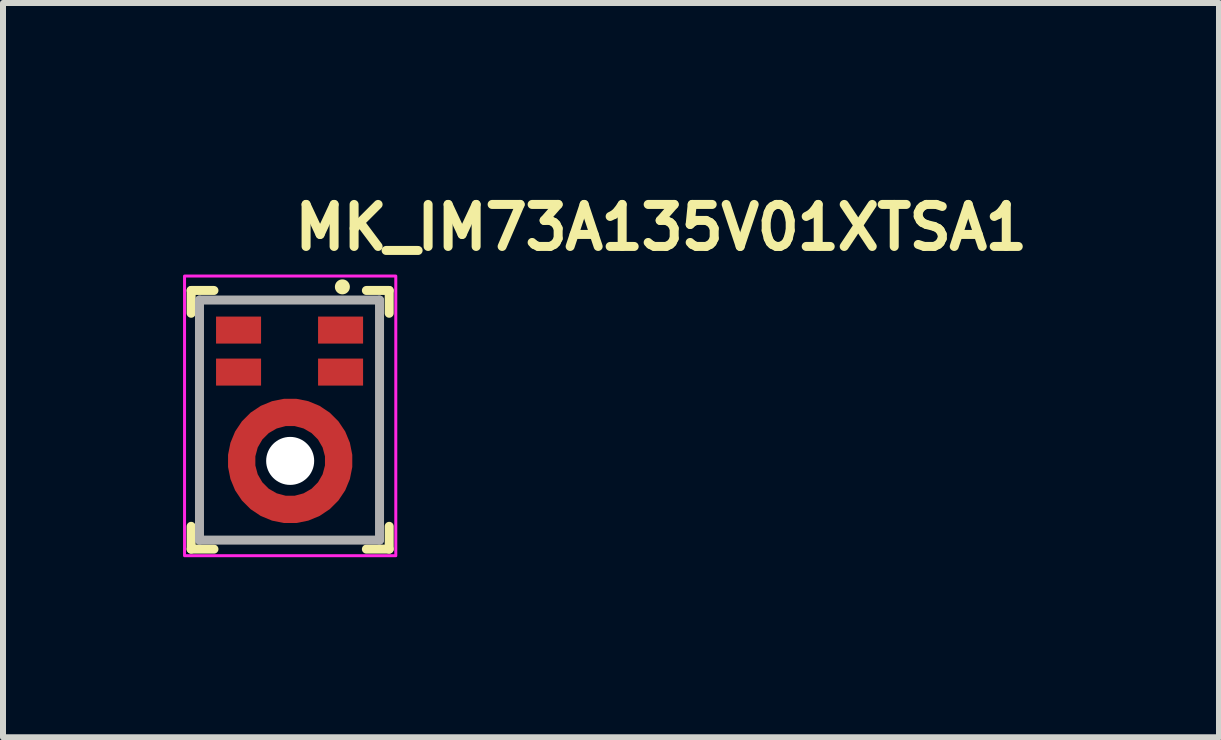
<source format=kicad_pcb>
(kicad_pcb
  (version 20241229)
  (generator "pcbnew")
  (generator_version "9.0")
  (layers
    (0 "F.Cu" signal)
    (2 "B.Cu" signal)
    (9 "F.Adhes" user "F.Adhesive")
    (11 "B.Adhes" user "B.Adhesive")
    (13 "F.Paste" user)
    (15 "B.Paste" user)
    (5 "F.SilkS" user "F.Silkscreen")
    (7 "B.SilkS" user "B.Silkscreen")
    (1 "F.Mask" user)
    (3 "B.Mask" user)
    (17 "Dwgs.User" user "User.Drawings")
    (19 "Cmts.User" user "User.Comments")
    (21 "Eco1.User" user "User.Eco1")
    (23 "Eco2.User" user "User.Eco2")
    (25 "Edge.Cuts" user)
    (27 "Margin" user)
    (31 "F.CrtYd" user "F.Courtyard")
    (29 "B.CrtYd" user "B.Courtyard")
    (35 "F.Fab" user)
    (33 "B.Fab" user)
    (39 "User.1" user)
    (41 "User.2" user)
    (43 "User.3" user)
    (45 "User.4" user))
  (footprint "MK_IM73A135V01XTSA1"
    (layer "F.Cu")
    (at 1.785 3.95)
    (property "Reference" "MK_IM73A135V01XTSA1" (at 0 -2.8 0) (layer "F.SilkS") (effects (font (size 0.7 0.7) (thickness 0.15)) (justify left bottom)))
    (attr smd)
    (fp_line (start -1.65 -1.78) (end -1.65 -2.16) (stroke (width 0.15) (type solid)) (layer "F.SilkS"))
    (fp_line (start -1.65 1.77) (end -1.65 2.15) (stroke (width 0.15) (type solid)) (layer "F.SilkS"))
    (fp_line (start -1.27 -2.16) (end -1.65 -2.16) (stroke (width 0.15) (type solid)) (layer "F.SilkS"))
    (fp_line (start -1.27 2.15) (end -1.65 2.15) (stroke (width 0.15) (type solid)) (layer "F.SilkS"))
    (fp_line (start 1.27 -2.16) (end 1.65 -2.16) (stroke (width 0.15) (type solid)) (layer "F.SilkS"))
    (fp_line (start 1.27 2.15) (end 1.65 2.15) (stroke (width 0.15) (type solid)) (layer "F.SilkS"))
    (fp_line (start 1.65 -1.78) (end 1.65 -2.16) (stroke (width 0.15) (type solid)) (layer "F.SilkS"))
    (fp_line (start 1.65 1.77) (end 1.65 2.15) (stroke (width 0.15) (type solid)) (layer "F.SilkS"))
    (fp_circle (center 0.87 -2.22) (end 0.92 -2.22) (stroke (width 0.15) (type solid)) (fill yes) (layer "F.SilkS"))
    (fp_arc (start -0.76 0.42) (mid -0.699 0.282) (end -0.613 0.157) (stroke (width 0.4) (type default)) (layer "F.Paste"))
    (fp_arc (start -0.625 1.189) (mid -0.71 1.06) (end -0.769 0.917) (stroke (width 0.4) (type default)) (layer "F.Paste"))
    (fp_arc (start -0.178 -0.108) (mid -0.025 -0.13) (end 0.129 -0.122) (stroke (width 0.4) (type default)) (layer "F.Paste"))
    (fp_arc (start 0.137 1.474) (mid -0.028 1.483) (end -0.192 1.458) (stroke (width 0.4) (type default)) (layer "F.Paste"))
    (fp_arc (start 0.587 0.121) (mid 0.691 0.255) (end 0.765 0.408) (stroke (width 0.4) (type default)) (layer "F.Paste"))
    (fp_arc (start 0.761 0.941) (mid 0.693 1.086) (end 0.598 1.215) (stroke (width 0.4) (type default)) (layer "F.Paste"))
    (fp_poly (pts (xy -0.536 -1.5) (xy -0.536 -1.49) (xy -0.537 -1.479) (xy -0.538 -1.469) (xy -0.54 -1.458) (xy -0.543 -1.448) (xy -0.546 -1.438) (xy -0.549 -1.428) (xy -0.553 -1.419) (xy -0.558 -1.409) (xy -0.563 -1.4) (xy -0.568 -1.391) (xy -0.574 -1.382) (xy -0.581 -1.374) (xy -0.587 -1.366) (xy -0.595 -1.359) (xy -0.602 -1.351) (xy -0.61 -1.345) (xy -0.618 -1.338) (xy -0.627 -1.332) (xy -0.636 -1.327) (xy -0.645 -1.322) (xy -0.655 -1.317) (xy -0.664 -1.313) (xy -0.674 -1.31) (xy -0.684 -1.307) (xy -0.694 -1.304) (xy -0.705 -1.302) (xy -0.715 -1.301) (xy -0.726 -1.3) (xy -0.736 -1.3) (xy -0.986 -1.3) (xy -0.996 -1.3) (xy -1.007 -1.301) (xy -1.017 -1.302) (xy -1.028 -1.304) (xy -1.038 -1.307) (xy -1.048 -1.31) (xy -1.058 -1.313) (xy -1.067 -1.317) (xy -1.077 -1.322) (xy -1.086 -1.327) (xy -1.095 -1.332) (xy -1.104 -1.338) (xy -1.112 -1.345) (xy -1.12 -1.351) (xy -1.127 -1.359) (xy -1.135 -1.366) (xy -1.141 -1.374) (xy -1.148 -1.382) (xy -1.154 -1.391) (xy -1.159 -1.4) (xy -1.164 -1.409) (xy -1.169 -1.419) (xy -1.173 -1.428) (xy -1.176 -1.438) (xy -1.179 -1.448) (xy -1.182 -1.458) (xy -1.184 -1.469) (xy -1.185 -1.479) (xy -1.186 -1.49) (xy -1.186 -1.5) (xy -1.186 -1.51) (xy -1.185 -1.521) (xy -1.184 -1.531) (xy -1.182 -1.542) (xy -1.179 -1.552) (xy -1.176 -1.562) (xy -1.173 -1.572) (xy -1.169 -1.581) (xy -1.164 -1.591) (xy -1.159 -1.6) (xy -1.154 -1.609) (xy -1.148 -1.618) (xy -1.141 -1.626) (xy -1.135 -1.634) (xy -1.127 -1.641) (xy -1.12 -1.649) (xy -1.112 -1.655) (xy -1.104 -1.662) (xy -1.095 -1.668) (xy -1.086 -1.673) (xy -1.077 -1.678) (xy -1.067 -1.683) (xy -1.058 -1.687) (xy -1.048 -1.69) (xy -1.038 -1.693) (xy -1.028 -1.696) (xy -1.017 -1.698) (xy -1.007 -1.699) (xy -0.996 -1.7) (xy -0.986 -1.7) (xy -0.736 -1.7) (xy -0.726 -1.7) (xy -0.715 -1.699) (xy -0.705 -1.698) (xy -0.694 -1.696) (xy -0.684 -1.693) (xy -0.674 -1.69) (xy -0.664 -1.687) (xy -0.655 -1.683) (xy -0.645 -1.678) (xy -0.636 -1.673) (xy -0.627 -1.668) (xy -0.618 -1.662) (xy -0.61 -1.655) (xy -0.602 -1.649) (xy -0.595 -1.641) (xy -0.587 -1.634) (xy -0.581 -1.626) (xy -0.574 -1.618) (xy -0.568 -1.609) (xy -0.563 -1.6) (xy -0.558 -1.591) (xy -0.553 -1.581) (xy -0.549 -1.572) (xy -0.546 -1.562) (xy -0.543 -1.552) (xy -0.54 -1.542) (xy -0.538 -1.531) (xy -0.537 -1.521) (xy -0.536 -1.51) (xy -0.536 -1.5)) (stroke (width 0.01) (type solid)) (fill yes) (layer "F.Paste"))
    (fp_poly (pts (xy -0.536 -0.8) (xy -0.536 -0.79) (xy -0.537 -0.779) (xy -0.538 -0.769) (xy -0.54 -0.758) (xy -0.543 -0.748) (xy -0.546 -0.738) (xy -0.549 -0.728) (xy -0.553 -0.719) (xy -0.558 -0.709) (xy -0.563 -0.7) (xy -0.568 -0.691) (xy -0.574 -0.682) (xy -0.581 -0.674) (xy -0.587 -0.666) (xy -0.595 -0.659) (xy -0.602 -0.651) (xy -0.61 -0.645) (xy -0.618 -0.638) (xy -0.627 -0.632) (xy -0.636 -0.627) (xy -0.645 -0.622) (xy -0.655 -0.617) (xy -0.664 -0.613) (xy -0.674 -0.61) (xy -0.684 -0.607) (xy -0.694 -0.604) (xy -0.705 -0.602) (xy -0.715 -0.601) (xy -0.726 -0.6) (xy -0.736 -0.6) (xy -0.986 -0.6) (xy -0.996 -0.6) (xy -1.007 -0.601) (xy -1.017 -0.602) (xy -1.028 -0.604) (xy -1.038 -0.607) (xy -1.048 -0.61) (xy -1.058 -0.613) (xy -1.067 -0.617) (xy -1.077 -0.622) (xy -1.086 -0.627) (xy -1.095 -0.632) (xy -1.104 -0.638) (xy -1.112 -0.645) (xy -1.12 -0.651) (xy -1.127 -0.659) (xy -1.135 -0.666) (xy -1.141 -0.674) (xy -1.148 -0.682) (xy -1.154 -0.691) (xy -1.159 -0.7) (xy -1.164 -0.709) (xy -1.169 -0.719) (xy -1.173 -0.728) (xy -1.176 -0.738) (xy -1.179 -0.748) (xy -1.182 -0.758) (xy -1.184 -0.769) (xy -1.185 -0.779) (xy -1.186 -0.79) (xy -1.186 -0.8) (xy -1.186 -0.81) (xy -1.185 -0.821) (xy -1.184 -0.831) (xy -1.182 -0.842) (xy -1.179 -0.852) (xy -1.176 -0.862) (xy -1.173 -0.872) (xy -1.169 -0.881) (xy -1.164 -0.891) (xy -1.159 -0.9) (xy -1.154 -0.909) (xy -1.148 -0.918) (xy -1.141 -0.926) (xy -1.135 -0.934) (xy -1.127 -0.941) (xy -1.12 -0.949) (xy -1.112 -0.955) (xy -1.104 -0.962) (xy -1.095 -0.968) (xy -1.086 -0.973) (xy -1.077 -0.978) (xy -1.067 -0.983) (xy -1.058 -0.987) (xy -1.048 -0.99) (xy -1.038 -0.993) (xy -1.028 -0.996) (xy -1.017 -0.998) (xy -1.007 -0.999) (xy -0.996 -1) (xy -0.986 -1) (xy -0.736 -1) (xy -0.726 -1) (xy -0.715 -0.999) (xy -0.705 -0.998) (xy -0.694 -0.996) (xy -0.684 -0.993) (xy -0.674 -0.99) (xy -0.664 -0.987) (xy -0.655 -0.983) (xy -0.645 -0.978) (xy -0.636 -0.973) (xy -0.627 -0.968) (xy -0.618 -0.962) (xy -0.61 -0.955) (xy -0.602 -0.949) (xy -0.595 -0.941) (xy -0.587 -0.934) (xy -0.581 -0.926) (xy -0.574 -0.918) (xy -0.568 -0.909) (xy -0.563 -0.9) (xy -0.558 -0.891) (xy -0.553 -0.881) (xy -0.549 -0.872) (xy -0.546 -0.862) (xy -0.543 -0.852) (xy -0.54 -0.842) (xy -0.538 -0.831) (xy -0.537 -0.821) (xy -0.536 -0.81) (xy -0.536 -0.8)) (stroke (width 0.01) (type solid)) (fill yes) (layer "F.Paste"))
    (fp_poly (pts (xy 1.164 -1.5) (xy 1.164 -1.49) (xy 1.163 -1.479) (xy 1.162 -1.469) (xy 1.16 -1.458) (xy 1.157 -1.448) (xy 1.154 -1.438) (xy 1.151 -1.428) (xy 1.147 -1.419) (xy 1.142 -1.409) (xy 1.137 -1.4) (xy 1.132 -1.391) (xy 1.126 -1.382) (xy 1.119 -1.374) (xy 1.113 -1.366) (xy 1.105 -1.359) (xy 1.098 -1.351) (xy 1.09 -1.345) (xy 1.082 -1.338) (xy 1.073 -1.332) (xy 1.064 -1.327) (xy 1.055 -1.322) (xy 1.045 -1.317) (xy 1.036 -1.313) (xy 1.026 -1.31) (xy 1.016 -1.307) (xy 1.006 -1.304) (xy 0.995 -1.302) (xy 0.985 -1.301) (xy 0.974 -1.3) (xy 0.964 -1.3) (xy 0.714 -1.3) (xy 0.704 -1.3) (xy 0.693 -1.301) (xy 0.683 -1.302) (xy 0.672 -1.304) (xy 0.662 -1.307) (xy 0.652 -1.31) (xy 0.642 -1.313) (xy 0.633 -1.317) (xy 0.623 -1.322) (xy 0.614 -1.327) (xy 0.605 -1.332) (xy 0.596 -1.338) (xy 0.588 -1.345) (xy 0.58 -1.351) (xy 0.573 -1.359) (xy 0.565 -1.366) (xy 0.559 -1.374) (xy 0.552 -1.382) (xy 0.546 -1.391) (xy 0.541 -1.4) (xy 0.536 -1.409) (xy 0.531 -1.419) (xy 0.527 -1.428) (xy 0.524 -1.438) (xy 0.521 -1.448) (xy 0.518 -1.458) (xy 0.516 -1.469) (xy 0.515 -1.479) (xy 0.514 -1.49) (xy 0.514 -1.5) (xy 0.514 -1.51) (xy 0.515 -1.521) (xy 0.516 -1.531) (xy 0.518 -1.542) (xy 0.521 -1.552) (xy 0.524 -1.562) (xy 0.527 -1.572) (xy 0.531 -1.581) (xy 0.536 -1.591) (xy 0.541 -1.6) (xy 0.546 -1.609) (xy 0.552 -1.618) (xy 0.559 -1.626) (xy 0.565 -1.634) (xy 0.573 -1.641) (xy 0.58 -1.649) (xy 0.588 -1.655) (xy 0.596 -1.662) (xy 0.605 -1.668) (xy 0.614 -1.673) (xy 0.623 -1.678) (xy 0.633 -1.683) (xy 0.642 -1.687) (xy 0.652 -1.69) (xy 0.662 -1.693) (xy 0.672 -1.696) (xy 0.683 -1.698) (xy 0.693 -1.699) (xy 0.704 -1.7) (xy 0.714 -1.7) (xy 0.964 -1.7) (xy 0.974 -1.7) (xy 0.985 -1.699) (xy 0.995 -1.698) (xy 1.006 -1.696) (xy 1.016 -1.693) (xy 1.026 -1.69) (xy 1.036 -1.687) (xy 1.045 -1.683) (xy 1.055 -1.678) (xy 1.064 -1.673) (xy 1.073 -1.668) (xy 1.082 -1.662) (xy 1.09 -1.655) (xy 1.098 -1.649) (xy 1.105 -1.641) (xy 1.113 -1.634) (xy 1.119 -1.626) (xy 1.126 -1.618) (xy 1.132 -1.609) (xy 1.137 -1.6) (xy 1.142 -1.591) (xy 1.147 -1.581) (xy 1.151 -1.572) (xy 1.154 -1.562) (xy 1.157 -1.552) (xy 1.16 -1.542) (xy 1.162 -1.531) (xy 1.163 -1.521) (xy 1.164 -1.51) (xy 1.164 -1.5)) (stroke (width 0.01) (type solid)) (fill yes) (layer "F.Paste"))
    (fp_poly (pts (xy 1.164 -0.8) (xy 1.164 -0.79) (xy 1.163 -0.779) (xy 1.162 -0.769) (xy 1.16 -0.758) (xy 1.157 -0.748) (xy 1.154 -0.738) (xy 1.151 -0.728) (xy 1.147 -0.719) (xy 1.142 -0.709) (xy 1.137 -0.7) (xy 1.132 -0.691) (xy 1.126 -0.682) (xy 1.119 -0.674) (xy 1.113 -0.666) (xy 1.105 -0.659) (xy 1.098 -0.651) (xy 1.09 -0.645) (xy 1.082 -0.638) (xy 1.073 -0.632) (xy 1.064 -0.627) (xy 1.055 -0.622) (xy 1.045 -0.617) (xy 1.036 -0.613) (xy 1.026 -0.61) (xy 1.016 -0.607) (xy 1.006 -0.604) (xy 0.995 -0.602) (xy 0.985 -0.601) (xy 0.974 -0.6) (xy 0.964 -0.6) (xy 0.714 -0.6) (xy 0.704 -0.6) (xy 0.693 -0.601) (xy 0.683 -0.602) (xy 0.672 -0.604) (xy 0.662 -0.607) (xy 0.652 -0.61) (xy 0.642 -0.613) (xy 0.633 -0.617) (xy 0.623 -0.622) (xy 0.614 -0.627) (xy 0.605 -0.632) (xy 0.596 -0.638) (xy 0.588 -0.645) (xy 0.58 -0.651) (xy 0.573 -0.659) (xy 0.565 -0.666) (xy 0.559 -0.674) (xy 0.552 -0.682) (xy 0.546 -0.691) (xy 0.541 -0.7) (xy 0.536 -0.709) (xy 0.531 -0.719) (xy 0.527 -0.728) (xy 0.524 -0.738) (xy 0.521 -0.748) (xy 0.518 -0.758) (xy 0.516 -0.769) (xy 0.515 -0.779) (xy 0.514 -0.79) (xy 0.514 -0.8) (xy 0.514 -0.81) (xy 0.515 -0.821) (xy 0.516 -0.831) (xy 0.518 -0.842) (xy 0.521 -0.852) (xy 0.524 -0.862) (xy 0.527 -0.872) (xy 0.531 -0.881) (xy 0.536 -0.891) (xy 0.541 -0.9) (xy 0.546 -0.909) (xy 0.552 -0.918) (xy 0.559 -0.926) (xy 0.565 -0.934) (xy 0.573 -0.941) (xy 0.58 -0.949) (xy 0.588 -0.955) (xy 0.596 -0.962) (xy 0.605 -0.968) (xy 0.614 -0.973) (xy 0.623 -0.978) (xy 0.633 -0.983) (xy 0.642 -0.987) (xy 0.652 -0.99) (xy 0.662 -0.993) (xy 0.672 -0.996) (xy 0.683 -0.998) (xy 0.693 -0.999) (xy 0.704 -1) (xy 0.714 -1) (xy 0.964 -1) (xy 0.974 -1) (xy 0.985 -0.999) (xy 0.995 -0.998) (xy 1.006 -0.996) (xy 1.016 -0.993) (xy 1.026 -0.99) (xy 1.036 -0.987) (xy 1.045 -0.983) (xy 1.055 -0.978) (xy 1.064 -0.973) (xy 1.073 -0.968) (xy 1.082 -0.962) (xy 1.09 -0.955) (xy 1.098 -0.949) (xy 1.105 -0.941) (xy 1.113 -0.934) (xy 1.119 -0.926) (xy 1.126 -0.918) (xy 1.132 -0.909) (xy 1.137 -0.9) (xy 1.142 -0.891) (xy 1.147 -0.881) (xy 1.151 -0.872) (xy 1.154 -0.862) (xy 1.157 -0.852) (xy 1.16 -0.842) (xy 1.162 -0.831) (xy 1.163 -0.821) (xy 1.164 -0.81) (xy 1.164 -0.8)) (stroke (width 0.01) (type solid)) (fill yes) (layer "F.Paste"))
    (fp_rect (start -1.76 -2.4) (end 1.76 2.26) (stroke (width 0.05) (type solid)) (fill no) (layer "F.CrtYd"))
    (fp_line (start -1.511 -2) (end 1.489 -2) (stroke (width 0.15) (type solid)) (layer "F.Fab"))
    (fp_line (start -1.511 2) (end -1.511 -2) (stroke (width 0.15) (type solid)) (layer "F.Fab"))
    (fp_line (start 1.489 -2) (end 1.489 2) (stroke (width 0.15) (type solid)) (layer "F.Fab"))
    (fp_line (start 1.489 2) (end -1.511 2) (stroke (width 0.15) (type solid)) (layer "F.Fab"))
    (fp_rect (start -1.511 -2) (end 1.511 2) (stroke (width 0.1) (type solid)) (fill no) (layer "User.5"))
    (fp_line (start -1.511 -1.95) (end -1.511 -1.95) (stroke (width 0.02) (type solid)) (layer "User.9"))
    (fp_line (start -1.511 -1.95) (end -1.511 1.95) (stroke (width 0.02) (type solid)) (layer "User.9"))
    (fp_line (start -1.511 -1.95) (end -1.491 -1.95) (stroke (width 0.02) (type solid)) (layer "User.9"))
    (fp_line (start -1.511 1.95) (end -1.511 -1.95) (stroke (width 0.02) (type solid)) (layer "User.9"))
    (fp_line (start -1.511 1.95) (end -1.509 1.95) (stroke (width 0.02) (type solid)) (layer "User.9"))
    (fp_line (start -1.511 1.95) (end -1.491 1.95) (stroke (width 0.02) (type solid)) (layer "User.9"))
    (fp_line (start -1.51 -1.95) (end -1.511 -1.95) (stroke (width 0.02) (type solid)) (layer "User.9"))
    (fp_line (start -1.51 -1.95) (end -1.51 -1.95) (stroke (width 0.02) (type solid)) (layer "User.9"))
    (fp_line (start -1.51 1.96) (end -1.511 1.95) (stroke (width 0.02) (type solid)) (layer "User.9"))
    (fp_line (start -1.51 1.96) (end -1.511 1.95) (stroke (width 0.02) (type solid)) (layer "User.9"))
    (fp_line (start -1.509 -1.95) (end -1.51 -1.95) (stroke (width 0.02) (type solid)) (layer "User.9"))
    (fp_line (start -1.509 1.95) (end -1.501 1.95) (stroke (width 0.02) (type solid)) (layer "User.9"))
    (fp_line (start -1.508 -1.95) (end -1.509 -1.95) (stroke (width 0.02) (type solid)) (layer "User.9"))
    (fp_line (start -1.507 -1.969) (end -1.511 -1.95) (stroke (width 0.02) (type solid)) (layer "User.9"))
    (fp_line (start -1.507 -1.969) (end -1.511 -1.95) (stroke (width 0.02) (type solid)) (layer "User.9"))
    (fp_line (start -1.507 -1.95) (end -1.508 -1.95) (stroke (width 0.02) (type solid)) (layer "User.9"))
    (fp_line (start -1.507 1.969) (end -1.51 1.96) (stroke (width 0.02) (type solid)) (layer "User.9"))
    (fp_line (start -1.507 1.969) (end -1.51 1.96) (stroke (width 0.02) (type solid)) (layer "User.9"))
    (fp_line (start -1.505 -1.95) (end -1.507 -1.95) (stroke (width 0.02) (type solid)) (layer "User.9"))
    (fp_line (start -1.503 -1.95) (end -1.505 -1.95) (stroke (width 0.02) (type solid)) (layer "User.9"))
    (fp_line (start -1.502 -1.95) (end -1.503 -1.95) (stroke (width 0.02) (type solid)) (layer "User.9"))
    (fp_line (start -1.501 1.95) (end -1.491 1.967) (stroke (width 0.02) (type solid)) (layer "User.9"))
    (fp_line (start -1.5 -1.95) (end -1.502 -1.95) (stroke (width 0.02) (type solid)) (layer "User.9"))
    (fp_line (start -1.498 -1.95) (end -1.5 -1.95) (stroke (width 0.02) (type solid)) (layer "User.9"))
    (fp_line (start -1.496 -1.985) (end -1.507 -1.969) (stroke (width 0.02) (type solid)) (layer "User.9"))
    (fp_line (start -1.496 -1.985) (end -1.507 -1.969) (stroke (width 0.02) (type solid)) (layer "User.9"))
    (fp_line (start -1.496 1.985) (end -1.507 1.969) (stroke (width 0.02) (type solid)) (layer "User.9"))
    (fp_line (start -1.496 1.985) (end -1.507 1.969) (stroke (width 0.02) (type solid)) (layer "User.9"))
    (fp_line (start -1.495 -1.95) (end -1.498 -1.95) (stroke (width 0.02) (type solid)) (layer "User.9"))
    (fp_line (start -1.493 -1.95) (end -1.495 -1.95) (stroke (width 0.02) (type solid)) (layer "User.9"))
    (fp_line (start -1.491 -1.95) (end -1.493 -1.95) (stroke (width 0.02) (type solid)) (layer "User.9"))
    (fp_line (start -1.491 -1.95) (end -1.491 1.95) (stroke (width 0.02) (type solid)) (layer "User.9"))
    (fp_line (start -1.491 1.967) (end -1.477 1.977) (stroke (width 0.02) (type solid)) (layer "User.9"))
    (fp_line (start -1.489 -1.961) (end -1.491 -1.95) (stroke (width 0.02) (type solid)) (layer "User.9"))
    (fp_line (start -1.482 -1.971) (end -1.489 -1.961) (stroke (width 0.02) (type solid)) (layer "User.9"))
    (fp_line (start -1.48 -1.996) (end -1.496 -1.985) (stroke (width 0.02) (type solid)) (layer "User.9"))
    (fp_line (start -1.48 -1.996) (end -1.496 -1.985) (stroke (width 0.02) (type solid)) (layer "User.9"))
    (fp_line (start -1.48 1.996) (end -1.496 1.985) (stroke (width 0.02) (type solid)) (layer "User.9"))
    (fp_line (start -1.48 1.996) (end -1.496 1.985) (stroke (width 0.02) (type solid)) (layer "User.9"))
    (fp_line (start -1.477 1.977) (end -1.461 1.98) (stroke (width 0.02) (type solid)) (layer "User.9"))
    (fp_line (start -1.472 -1.978) (end -1.482 -1.971) (stroke (width 0.02) (type solid)) (layer "User.9"))
    (fp_line (start -1.471 1.999) (end -1.48 1.996) (stroke (width 0.02) (type solid)) (layer "User.9"))
    (fp_line (start -1.471 1.999) (end -1.48 1.996) (stroke (width 0.02) (type solid)) (layer "User.9"))
    (fp_line (start -1.462 1.98) (end -1.462 2) (stroke (width 0.02) (type solid)) (layer "User.9"))
    (fp_line (start -1.462 1.98) (end -1.369 1.857) (stroke (width 0.02) (type solid)) (layer "User.9"))
    (fp_line (start -1.462 1.982) (end -1.462 1.984) (stroke (width 0.02) (type solid)) (layer "User.9"))
    (fp_line (start -1.462 1.984) (end -1.462 1.987) (stroke (width 0.02) (type solid)) (layer "User.9"))
    (fp_line (start -1.462 1.987) (end -1.462 1.989) (stroke (width 0.02) (type solid)) (layer "User.9"))
    (fp_line (start -1.462 1.989) (end -1.462 1.991) (stroke (width 0.02) (type solid)) (layer "User.9"))
    (fp_line (start -1.462 1.991) (end -1.462 1.992) (stroke (width 0.02) (type solid)) (layer "User.9"))
    (fp_line (start -1.462 1.992) (end -1.462 1.994) (stroke (width 0.02) (type solid)) (layer "User.9"))
    (fp_line (start -1.462 1.994) (end -1.462 1.996) (stroke (width 0.02) (type solid)) (layer "User.9"))
    (fp_line (start -1.462 1.996) (end -1.462 1.997) (stroke (width 0.02) (type solid)) (layer "User.9"))
    (fp_line (start -1.462 1.997) (end -1.462 1.998) (stroke (width 0.02) (type solid)) (layer "User.9"))
    (fp_line (start -1.462 1.998) (end -1.462 1.999) (stroke (width 0.02) (type solid)) (layer "User.9"))
    (fp_line (start -1.462 1.999) (end -1.462 1.999) (stroke (width 0.02) (type solid)) (layer "User.9"))
    (fp_line (start -1.462 1.999) (end -1.462 2) (stroke (width 0.02) (type solid)) (layer "User.9"))
    (fp_line (start -1.462 2) (end -1.462 2) (stroke (width 0.02) (type solid)) (layer "User.9"))
    (fp_line (start -1.461 -2) (end -1.48 -1.996) (stroke (width 0.02) (type solid)) (layer "User.9"))
    (fp_line (start -1.461 -2) (end -1.48 -1.996) (stroke (width 0.02) (type solid)) (layer "User.9"))
    (fp_line (start -1.461 -2) (end -1.346 -1.876) (stroke (width 0.02) (type solid)) (layer "User.9"))
    (fp_line (start -1.461 -2) (end 1.439 -2) (stroke (width 0.02) (type solid)) (layer "User.9"))
    (fp_line (start -1.461 -1.999) (end -1.461 -2) (stroke (width 0.02) (type solid)) (layer "User.9"))
    (fp_line (start -1.461 -1.999) (end -1.461 -1.999) (stroke (width 0.02) (type solid)) (layer "User.9"))
    (fp_line (start -1.461 -1.998) (end -1.461 -1.999) (stroke (width 0.02) (type solid)) (layer "User.9"))
    (fp_line (start -1.461 -1.997) (end -1.461 -1.998) (stroke (width 0.02) (type solid)) (layer "User.9"))
    (fp_line (start -1.461 -1.996) (end -1.461 -1.997) (stroke (width 0.02) (type solid)) (layer "User.9"))
    (fp_line (start -1.461 -1.994) (end -1.461 -1.996) (stroke (width 0.02) (type solid)) (layer "User.9"))
    (fp_line (start -1.461 -1.992) (end -1.461 -1.994) (stroke (width 0.02) (type solid)) (layer "User.9"))
    (fp_line (start -1.461 -1.991) (end -1.461 -1.992) (stroke (width 0.02) (type solid)) (layer "User.9"))
    (fp_line (start -1.461 -1.989) (end -1.461 -1.991) (stroke (width 0.02) (type solid)) (layer "User.9"))
    (fp_line (start -1.461 -1.987) (end -1.461 -1.989) (stroke (width 0.02) (type solid)) (layer "User.9"))
    (fp_line (start -1.461 -1.984) (end -1.461 -1.987) (stroke (width 0.02) (type solid)) (layer "User.9"))
    (fp_line (start -1.461 -1.982) (end -1.461 -1.984) (stroke (width 0.02) (type solid)) (layer "User.9"))
    (fp_line (start -1.461 -1.98) (end -1.472 -1.978) (stroke (width 0.02) (type solid)) (layer "User.9"))
    (fp_line (start -1.461 -1.98) (end -1.461 -2) (stroke (width 0.02) (type solid)) (layer "User.9"))
    (fp_line (start -1.461 -1.98) (end -1.461 -1.982) (stroke (width 0.02) (type solid)) (layer "User.9"))
    (fp_line (start -1.461 1.98) (end -1.461 1.98) (stroke (width 0.02) (type solid)) (layer "User.9"))
    (fp_line (start -1.461 1.98) (end 1.439 1.98) (stroke (width 0.02) (type solid)) (layer "User.9"))
    (fp_line (start -1.461 2) (end -1.471 1.999) (stroke (width 0.02) (type solid)) (layer "User.9"))
    (fp_line (start -1.461 2) (end -1.471 1.999) (stroke (width 0.02) (type solid)) (layer "User.9"))
    (fp_line (start -1.461 2) (end -1.462 2) (stroke (width 0.02) (type solid)) (layer "User.9"))
    (fp_line (start -1.461 2) (end 1.439 2) (stroke (width 0.02) (type solid)) (layer "User.9"))
    (fp_line (start -1.421 -1.75) (end -1.421 1.75) (stroke (width 0.02) (type solid)) (layer "User.9"))
    (fp_line (start -1.421 -1.75) (end -1.42 -1.75) (stroke (width 0.02) (type solid)) (layer "User.9"))
    (fp_line (start -1.421 -1.75) (end -1.411 -1.75) (stroke (width 0.02) (type solid)) (layer "User.9"))
    (fp_line (start -1.421 1.75) (end -1.42 1.75) (stroke (width 0.02) (type solid)) (layer "User.9"))
    (fp_line (start -1.421 1.75) (end -1.418 1.781) (stroke (width 0.02) (type solid)) (layer "User.9"))
    (fp_line (start -1.421 1.75) (end -1.411 1.755) (stroke (width 0.02) (type solid)) (layer "User.9"))
    (fp_line (start -1.42 -1.75) (end -1.419 -1.75) (stroke (width 0.02) (type solid)) (layer "User.9"))
    (fp_line (start -1.42 1.75) (end -1.419 1.75) (stroke (width 0.02) (type solid)) (layer "User.9"))
    (fp_line (start -1.419 -1.75) (end -1.418 -1.75) (stroke (width 0.02) (type solid)) (layer "User.9"))
    (fp_line (start -1.419 1.75) (end -1.418 1.75) (stroke (width 0.02) (type solid)) (layer "User.9"))
    (fp_line (start -1.418 -1.781) (end -1.421 -1.75) (stroke (width 0.02) (type solid)) (layer "User.9"))
    (fp_line (start -1.418 -1.75) (end -1.417 -1.75) (stroke (width 0.02) (type solid)) (layer "User.9"))
    (fp_line (start -1.418 1.75) (end -1.417 1.75) (stroke (width 0.02) (type solid)) (layer "User.9"))
    (fp_line (start -1.418 1.781) (end -1.409 1.811) (stroke (width 0.02) (type solid)) (layer "User.9"))
    (fp_line (start -1.417 -1.75) (end -1.416 -1.75) (stroke (width 0.02) (type solid)) (layer "User.9"))
    (fp_line (start -1.417 1.75) (end -1.416 1.75) (stroke (width 0.02) (type solid)) (layer "User.9"))
    (fp_line (start -1.416 -1.75) (end -1.415 -1.75) (stroke (width 0.02) (type solid)) (layer "User.9"))
    (fp_line (start -1.416 1.75) (end -1.415 1.75) (stroke (width 0.02) (type solid)) (layer "User.9"))
    (fp_line (start -1.415 -1.75) (end -1.414 -1.75) (stroke (width 0.02) (type solid)) (layer "User.9"))
    (fp_line (start -1.415 1.75) (end -1.414 1.75) (stroke (width 0.02) (type solid)) (layer "User.9"))
    (fp_line (start -1.414 -1.75) (end -1.413 -1.75) (stroke (width 0.02) (type solid)) (layer "User.9"))
    (fp_line (start -1.414 1.75) (end -1.413 1.75) (stroke (width 0.02) (type solid)) (layer "User.9"))
    (fp_line (start -1.413 -1.75) (end -1.413 -1.75) (stroke (width 0.02) (type solid)) (layer "User.9"))
    (fp_line (start -1.413 -1.75) (end -1.412 -1.75) (stroke (width 0.02) (type solid)) (layer "User.9"))
    (fp_line (start -1.413 1.75) (end -1.413 1.75) (stroke (width 0.02) (type solid)) (layer "User.9"))
    (fp_line (start -1.413 1.75) (end -1.412 1.75) (stroke (width 0.02) (type solid)) (layer "User.9"))
    (fp_line (start -1.412 -1.75) (end -1.412 -1.75) (stroke (width 0.02) (type solid)) (layer "User.9"))
    (fp_line (start -1.412 -1.75) (end -1.411 -1.75) (stroke (width 0.02) (type solid)) (layer "User.9"))
    (fp_line (start -1.412 1.75) (end -1.412 1.75) (stroke (width 0.02) (type solid)) (layer "User.9"))
    (fp_line (start -1.412 1.75) (end -1.411 1.75) (stroke (width 0.02) (type solid)) (layer "User.9"))
    (fp_line (start -1.411 -1.755) (end -1.411 -1.755) (stroke (width 0.02) (type solid)) (layer "User.9"))
    (fp_line (start -1.411 -1.755) (end -1.411 -1.755) (stroke (width 0.02) (type solid)) (layer "User.9"))
    (fp_line (start -1.411 -1.755) (end -1.411 -1.755) (stroke (width 0.02) (type solid)) (layer "User.9"))
    (fp_line (start -1.411 -1.755) (end -1.41 -1.755) (stroke (width 0.02) (type solid)) (layer "User.9"))
    (fp_line (start -1.411 -1.751) (end -1.411 -1.755) (stroke (width 0.02) (type solid)) (layer "User.9"))
    (fp_line (start -1.411 -1.751) (end -1.411 1.75) (stroke (width 0.02) (type solid)) (layer "User.9"))
    (fp_line (start -1.411 -1.75) (end -1.411 -1.75) (stroke (width 0.02) (type solid)) (layer "User.9"))
    (fp_line (start -1.411 -1.75) (end -1.411 -1.75) (stroke (width 0.02) (type solid)) (layer "User.9"))
    (fp_line (start -1.411 -1.75) (end -1.411 -1.75) (stroke (width 0.02) (type solid)) (layer "User.9"))
    (fp_line (start -1.411 1.75) (end -1.411 1.75) (stroke (width 0.02) (type solid)) (layer "User.9"))
    (fp_line (start -1.411 1.75) (end -1.411 1.75) (stroke (width 0.02) (type solid)) (layer "User.9"))
    (fp_line (start -1.411 1.755) (end -1.411 1.755) (stroke (width 0.02) (type solid)) (layer "User.9"))
    (fp_line (start -1.411 1.755) (end -1.411 1.755) (stroke (width 0.02) (type solid)) (layer "User.9"))
    (fp_line (start -1.411 1.755) (end -1.411 1.755) (stroke (width 0.02) (type solid)) (layer "User.9"))
    (fp_line (start -1.411 1.755) (end -1.41 1.755) (stroke (width 0.02) (type solid)) (layer "User.9"))
    (fp_line (start -1.411 1.755) (end -1.408 1.783) (stroke (width 0.02) (type solid)) (layer "User.9"))
    (fp_line (start -1.411 1.755) (end -1.369 1.857) (stroke (width 0.02) (type solid)) (layer "User.9"))
    (fp_line (start -1.41 -1.755) (end -1.41 -1.755) (stroke (width 0.02) (type solid)) (layer "User.9"))
    (fp_line (start -1.41 -1.755) (end -1.41 -1.755) (stroke (width 0.02) (type solid)) (layer "User.9"))
    (fp_line (start -1.41 -1.755) (end -1.409 -1.755) (stroke (width 0.02) (type solid)) (layer "User.9"))
    (fp_line (start -1.41 1.755) (end -1.41 1.755) (stroke (width 0.02) (type solid)) (layer "User.9"))
    (fp_line (start -1.41 1.755) (end -1.41 1.755) (stroke (width 0.02) (type solid)) (layer "User.9"))
    (fp_line (start -1.41 1.755) (end -1.409 1.755) (stroke (width 0.02) (type solid)) (layer "User.9"))
    (fp_line (start -1.409 -1.811) (end -1.418 -1.781) (stroke (width 0.02) (type solid)) (layer "User.9"))
    (fp_line (start -1.409 -1.782) (end -1.411 -1.75) (stroke (width 0.02) (type solid)) (layer "User.9"))
    (fp_line (start -1.409 -1.755) (end -1.409 -1.755) (stroke (width 0.02) (type solid)) (layer "User.9"))
    (fp_line (start -1.409 -1.755) (end -1.408 -1.755) (stroke (width 0.02) (type solid)) (layer "User.9"))
    (fp_line (start -1.409 1.755) (end -1.409 1.755) (stroke (width 0.02) (type solid)) (layer "User.9"))
    (fp_line (start -1.409 1.755) (end -1.408 1.755) (stroke (width 0.02) (type solid)) (layer "User.9"))
    (fp_line (start -1.409 1.811) (end -1.394 1.839) (stroke (width 0.02) (type solid)) (layer "User.9"))
    (fp_line (start -1.408 -1.755) (end -1.408 -1.755) (stroke (width 0.02) (type solid)) (layer "User.9"))
    (fp_line (start -1.408 -1.755) (end -1.407 -1.755) (stroke (width 0.02) (type solid)) (layer "User.9"))
    (fp_line (start -1.408 1.755) (end -1.408 1.755) (stroke (width 0.02) (type solid)) (layer "User.9"))
    (fp_line (start -1.408 1.755) (end -1.407 1.755) (stroke (width 0.02) (type solid)) (layer "User.9"))
    (fp_line (start -1.408 1.783) (end -1.4 1.81) (stroke (width 0.02) (type solid)) (layer "User.9"))
    (fp_line (start -1.407 -1.755) (end -1.407 -1.755) (stroke (width 0.02) (type solid)) (layer "User.9"))
    (fp_line (start -1.407 -1.755) (end -1.406 -1.755) (stroke (width 0.02) (type solid)) (layer "User.9"))
    (fp_line (start -1.407 1.755) (end -1.407 1.755) (stroke (width 0.02) (type solid)) (layer "User.9"))
    (fp_line (start -1.407 1.755) (end -1.406 1.755) (stroke (width 0.02) (type solid)) (layer "User.9"))
    (fp_line (start -1.406 -1.755) (end -1.405 -1.755) (stroke (width 0.02) (type solid)) (layer "User.9"))
    (fp_line (start -1.406 1.755) (end -1.405 1.755) (stroke (width 0.02) (type solid)) (layer "User.9"))
    (fp_line (start -1.405 -1.752) (end -1.405 -1.752) (stroke (width 0.02) (type solid)) (layer "User.9"))
    (fp_line (start -1.405 -1.75) (end -1.405 -1.755) (stroke (width 0.02) (type solid)) (layer "User.9"))
    (fp_line (start -1.405 -1.75) (end -1.4 -1.75) (stroke (width 0.02) (type solid)) (layer "User.9"))
    (fp_line (start -1.405 1.75) (end -1.4 1.75) (stroke (width 0.02) (type solid)) (layer "User.9"))
    (fp_line (start -1.405 1.752) (end -1.405 -1.752) (stroke (width 0.02) (type solid)) (layer "User.9"))
    (fp_line (start -1.405 1.752) (end -1.405 1.752) (stroke (width 0.02) (type solid)) (layer "User.9"))
    (fp_line (start -1.405 1.752) (end -1.402 1.779) (stroke (width 0.02) (type solid)) (layer "User.9"))
    (fp_line (start -1.405 1.755) (end -1.405 1.75) (stroke (width 0.02) (type solid)) (layer "User.9"))
    (fp_line (start -1.402 -1.779) (end -1.405 -1.752) (stroke (width 0.02) (type solid)) (layer "User.9"))
    (fp_line (start -1.402 1.779) (end -1.393 1.805) (stroke (width 0.02) (type solid)) (layer "User.9"))
    (fp_line (start -1.4 -1.81) (end -1.409 -1.782) (stroke (width 0.02) (type solid)) (layer "User.9"))
    (fp_line (start -1.4 -1.75) (end -1.394 -1.75) (stroke (width 0.02) (type solid)) (layer "User.9"))
    (fp_line (start -1.4 1.75) (end -1.394 1.75) (stroke (width 0.02) (type solid)) (layer "User.9"))
    (fp_line (start -1.4 1.81) (end -1.387 1.835) (stroke (width 0.02) (type solid)) (layer "User.9"))
    (fp_line (start -1.394 -1.839) (end -1.409 -1.811) (stroke (width 0.02) (type solid)) (layer "User.9"))
    (fp_line (start -1.394 -1.75) (end -1.389 -1.75) (stroke (width 0.02) (type solid)) (layer "User.9"))
    (fp_line (start -1.394 1.75) (end -1.389 1.75) (stroke (width 0.02) (type solid)) (layer "User.9"))
    (fp_line (start -1.394 1.839) (end -1.374 1.863) (stroke (width 0.02) (type solid)) (layer "User.9"))
    (fp_line (start -1.393 -1.805) (end -1.402 -1.779) (stroke (width 0.02) (type solid)) (layer "User.9"))
    (fp_line (start -1.393 1.805) (end -1.379 1.829) (stroke (width 0.02) (type solid)) (layer "User.9"))
    (fp_line (start -1.389 -1.75) (end -1.385 -1.75) (stroke (width 0.02) (type solid)) (layer "User.9"))
    (fp_line (start -1.389 1.75) (end -1.385 1.75) (stroke (width 0.02) (type solid)) (layer "User.9"))
    (fp_line (start -1.387 1.835) (end -1.369 1.857) (stroke (width 0.02) (type solid)) (layer "User.9"))
    (fp_line (start -1.386 -1.836) (end -1.4 -1.81) (stroke (width 0.02) (type solid)) (layer "User.9"))
    (fp_line (start -1.385 -1.75) (end -1.38 -1.75) (stroke (width 0.02) (type solid)) (layer "User.9"))
    (fp_line (start -1.385 1.75) (end -1.38 1.75) (stroke (width 0.02) (type solid)) (layer "User.9"))
    (fp_line (start -1.38 -1.75) (end -1.377 -1.75) (stroke (width 0.02) (type solid)) (layer "User.9"))
    (fp_line (start -1.38 1.75) (end -1.377 1.75) (stroke (width 0.02) (type solid)) (layer "User.9"))
    (fp_line (start -1.379 -1.829) (end -1.393 -1.805) (stroke (width 0.02) (type solid)) (layer "User.9"))
    (fp_line (start -1.379 1.829) (end -1.361 1.85) (stroke (width 0.02) (type solid)) (layer "User.9"))
    (fp_line (start -1.377 -1.75) (end -1.373 -1.75) (stroke (width 0.02) (type solid)) (layer "User.9"))
    (fp_line (start -1.377 1.75) (end -1.373 1.75) (stroke (width 0.02) (type solid)) (layer "User.9"))
    (fp_line (start -1.374 -1.863) (end -1.394 -1.839) (stroke (width 0.02) (type solid)) (layer "User.9"))
    (fp_line (start -1.374 1.863) (end -1.35 1.883) (stroke (width 0.02) (type solid)) (layer "User.9"))
    (fp_line (start -1.373 -1.75) (end -1.37 -1.75) (stroke (width 0.02) (type solid)) (layer "User.9"))
    (fp_line (start -1.373 1.75) (end -1.37 1.75) (stroke (width 0.02) (type solid)) (layer "User.9"))
    (fp_line (start -1.37 -1.75) (end -1.367 -1.75) (stroke (width 0.02) (type solid)) (layer "User.9"))
    (fp_line (start -1.37 1.75) (end -1.367 1.75) (stroke (width 0.02) (type solid)) (layer "User.9"))
    (fp_line (start -1.369 1.857) (end -1.347 1.875) (stroke (width 0.02) (type solid)) (layer "User.9"))
    (fp_line (start -1.368 -1.858) (end -1.386 -1.836) (stroke (width 0.02) (type solid)) (layer "User.9"))
    (fp_line (start -1.367 -1.75) (end -1.365 -1.75) (stroke (width 0.02) (type solid)) (layer "User.9"))
    (fp_line (start -1.367 1.75) (end -1.365 1.75) (stroke (width 0.02) (type solid)) (layer "User.9"))
    (fp_line (start -1.365 -1.75) (end -1.363 -1.75) (stroke (width 0.02) (type solid)) (layer "User.9"))
    (fp_line (start -1.365 1.75) (end -1.363 1.75) (stroke (width 0.02) (type solid)) (layer "User.9"))
    (fp_line (start -1.363 -1.75) (end -1.362 -1.75) (stroke (width 0.02) (type solid)) (layer "User.9"))
    (fp_line (start -1.363 1.75) (end -1.362 1.75) (stroke (width 0.02) (type solid)) (layer "User.9"))
    (fp_line (start -1.362 -1.75) (end -1.361 -1.75) (stroke (width 0.02) (type solid)) (layer "User.9"))
    (fp_line (start -1.362 1.75) (end -1.361 1.75) (stroke (width 0.02) (type solid)) (layer "User.9"))
    (fp_line (start -1.361 -1.85) (end -1.379 -1.829) (stroke (width 0.02) (type solid)) (layer "User.9"))
    (fp_line (start -1.361 -1.75) (end -1.361 -1.75) (stroke (width 0.02) (type solid)) (layer "User.9"))
    (fp_line (start -1.361 -1.75) (end -1.361 -1.75) (stroke (width 0.02) (type solid)) (layer "User.9"))
    (fp_line (start -1.361 -1.75) (end -1.361 1.75) (stroke (width 0.02) (type solid)) (layer "User.9"))
    (fp_line (start -1.361 -1.75) (end -1.358 -1.776) (stroke (width 0.02) (type solid)) (layer "User.9"))
    (fp_line (start -1.361 1.75) (end -1.361 1.75) (stroke (width 0.02) (type solid)) (layer "User.9"))
    (fp_line (start -1.361 1.75) (end -1.361 1.75) (stroke (width 0.02) (type solid)) (layer "User.9"))
    (fp_line (start -1.361 1.75) (end -1.358 1.776) (stroke (width 0.02) (type solid)) (layer "User.9"))
    (fp_line (start -1.361 1.75) (end -1.358 1.776) (stroke (width 0.02) (type solid)) (layer "User.9"))
    (fp_line (start -1.361 1.85) (end -1.34 1.868) (stroke (width 0.02) (type solid)) (layer "User.9"))
    (fp_line (start -1.359 -1.75) (end -1.361 -1.75) (stroke (width 0.02) (type solid)) (layer "User.9"))
    (fp_line (start -1.359 1.75) (end -1.361 1.75) (stroke (width 0.02) (type solid)) (layer "User.9"))
    (fp_line (start -1.358 -1.776) (end -1.361 -1.75) (stroke (width 0.02) (type solid)) (layer "User.9"))
    (fp_line (start -1.358 -1.776) (end -1.361 -1.75) (stroke (width 0.02) (type solid)) (layer "User.9"))
    (fp_line (start -1.358 -1.776) (end -1.348 -1.8) (stroke (width 0.02) (type solid)) (layer "User.9"))
    (fp_line (start -1.358 1.776) (end -1.361 1.75) (stroke (width 0.02) (type solid)) (layer "User.9"))
    (fp_line (start -1.358 1.776) (end -1.348 1.8) (stroke (width 0.02) (type solid)) (layer "User.9"))
    (fp_line (start -1.358 1.776) (end -1.348 1.8) (stroke (width 0.02) (type solid)) (layer "User.9"))
    (fp_line (start -1.357 -1.75) (end -1.359 -1.75) (stroke (width 0.02) (type solid)) (layer "User.9"))
    (fp_line (start -1.357 1.75) (end -1.359 1.75) (stroke (width 0.02) (type solid)) (layer "User.9"))
    (fp_line (start -1.354 -1.75) (end -1.357 -1.75) (stroke (width 0.02) (type solid)) (layer "User.9"))
    (fp_line (start -1.354 1.75) (end -1.357 1.75) (stroke (width 0.02) (type solid)) (layer "User.9"))
    (fp_line (start -1.35 -1.883) (end -1.374 -1.863) (stroke (width 0.02) (type solid)) (layer "User.9"))
    (fp_line (start -1.35 -1.75) (end -1.354 -1.75) (stroke (width 0.02) (type solid)) (layer "User.9"))
    (fp_line (start -1.35 1.75) (end -1.354 1.75) (stroke (width 0.02) (type solid)) (layer "User.9"))
    (fp_line (start -1.35 1.883) (end -1.322 1.898) (stroke (width 0.02) (type solid)) (layer "User.9"))
    (fp_line (start -1.348 -1.8) (end -1.358 -1.776) (stroke (width 0.02) (type solid)) (layer "User.9"))
    (fp_line (start -1.348 -1.8) (end -1.358 -1.776) (stroke (width 0.02) (type solid)) (layer "User.9"))
    (fp_line (start -1.348 -1.8) (end -1.332 -1.821) (stroke (width 0.02) (type solid)) (layer "User.9"))
    (fp_line (start -1.348 1.8) (end -1.358 1.776) (stroke (width 0.02) (type solid)) (layer "User.9"))
    (fp_line (start -1.348 1.8) (end -1.332 1.821) (stroke (width 0.02) (type solid)) (layer "User.9"))
    (fp_line (start -1.348 1.8) (end -1.332 1.821) (stroke (width 0.02) (type solid)) (layer "User.9"))
    (fp_line (start -1.347 1.875) (end -1.321 1.889) (stroke (width 0.02) (type solid)) (layer "User.9"))
    (fp_line (start -1.345 -1.75) (end -1.35 -1.75) (stroke (width 0.02) (type solid)) (layer "User.9"))
    (fp_line (start -1.345 1.75) (end -1.35 1.75) (stroke (width 0.02) (type solid)) (layer "User.9"))
    (fp_line (start -1.34 -1.868) (end -1.361 -1.85) (stroke (width 0.02) (type solid)) (layer "User.9"))
    (fp_line (start -1.34 1.868) (end -1.316 1.882) (stroke (width 0.02) (type solid)) (layer "User.9"))
    (fp_line (start -1.339 -1.75) (end -1.345 -1.75) (stroke (width 0.02) (type solid)) (layer "User.9"))
    (fp_line (start -1.339 1.75) (end -1.345 1.75) (stroke (width 0.02) (type solid)) (layer "User.9"))
    (fp_line (start -1.333 -1.75) (end -1.339 -1.75) (stroke (width 0.02) (type solid)) (layer "User.9"))
    (fp_line (start -1.333 1.75) (end -1.339 1.75) (stroke (width 0.02) (type solid)) (layer "User.9"))
    (fp_line (start -1.332 -1.821) (end -1.348 -1.8) (stroke (width 0.02) (type solid)) (layer "User.9"))
    (fp_line (start -1.332 -1.821) (end -1.348 -1.8) (stroke (width 0.02) (type solid)) (layer "User.9"))
    (fp_line (start -1.332 -1.821) (end -1.311 -1.837) (stroke (width 0.02) (type solid)) (layer "User.9"))
    (fp_line (start -1.332 1.821) (end -1.348 1.8) (stroke (width 0.02) (type solid)) (layer "User.9"))
    (fp_line (start -1.332 1.821) (end -1.311 1.837) (stroke (width 0.02) (type solid)) (layer "User.9"))
    (fp_line (start -1.332 1.821) (end -1.311 1.837) (stroke (width 0.02) (type solid)) (layer "User.9"))
    (fp_line (start -1.326 -1.75) (end -1.333 -1.75) (stroke (width 0.02) (type solid)) (layer "User.9"))
    (fp_line (start -1.326 1.75) (end -1.333 1.75) (stroke (width 0.02) (type solid)) (layer "User.9"))
    (fp_line (start -1.322 -1.898) (end -1.35 -1.883) (stroke (width 0.02) (type solid)) (layer "User.9"))
    (fp_line (start -1.322 1.898) (end -1.292 1.907) (stroke (width 0.02) (type solid)) (layer "User.9"))
    (fp_line (start -1.321 -1.889) (end -1.346 -1.876) (stroke (width 0.02) (type solid)) (layer "User.9"))
    (fp_line (start -1.321 1.889) (end -1.293 1.898) (stroke (width 0.02) (type solid)) (layer "User.9"))
    (fp_line (start -1.319 -1.75) (end -1.326 -1.75) (stroke (width 0.02) (type solid)) (layer "User.9"))
    (fp_line (start -1.319 1.75) (end -1.326 1.75) (stroke (width 0.02) (type solid)) (layer "User.9"))
    (fp_line (start -1.316 -1.882) (end -1.34 -1.868) (stroke (width 0.02) (type solid)) (layer "User.9"))
    (fp_line (start -1.316 1.882) (end -1.29 1.891) (stroke (width 0.02) (type solid)) (layer "User.9"))
    (fp_line (start -1.311 -1.837) (end -1.332 -1.821) (stroke (width 0.02) (type solid)) (layer "User.9"))
    (fp_line (start -1.311 -1.837) (end -1.332 -1.821) (stroke (width 0.02) (type solid)) (layer "User.9"))
    (fp_line (start -1.311 -1.837) (end -1.287 -1.847) (stroke (width 0.02) (type solid)) (layer "User.9"))
    (fp_line (start -1.311 -1.75) (end -1.319 -1.75) (stroke (width 0.02) (type solid)) (layer "User.9"))
    (fp_line (start -1.311 1.75) (end -1.319 1.75) (stroke (width 0.02) (type solid)) (layer "User.9"))
    (fp_line (start -1.311 1.837) (end -1.332 1.821) (stroke (width 0.02) (type solid)) (layer "User.9"))
    (fp_line (start -1.311 1.837) (end -1.287 1.847) (stroke (width 0.02) (type solid)) (layer "User.9"))
    (fp_line (start -1.311 1.837) (end -1.287 1.847) (stroke (width 0.02) (type solid)) (layer "User.9"))
    (fp_line (start -1.303 -1.75) (end -1.311 -1.75) (stroke (width 0.02) (type solid)) (layer "User.9"))
    (fp_line (start -1.303 1.75) (end -1.311 1.75) (stroke (width 0.02) (type solid)) (layer "User.9"))
    (fp_line (start -1.294 -1.897) (end -1.321 -1.889) (stroke (width 0.02) (type solid)) (layer "User.9"))
    (fp_line (start -1.294 -1.75) (end -1.303 -1.75) (stroke (width 0.02) (type solid)) (layer "User.9"))
    (fp_line (start -1.294 1.75) (end -1.303 1.75) (stroke (width 0.02) (type solid)) (layer "User.9"))
    (fp_line (start -1.293 1.898) (end -1.261 1.9) (stroke (width 0.02) (type solid)) (layer "User.9"))
    (fp_line (start -1.292 -1.907) (end -1.322 -1.898) (stroke (width 0.02) (type solid)) (layer "User.9"))
    (fp_line (start -1.292 1.907) (end -1.261 1.91) (stroke (width 0.02) (type solid)) (layer "User.9"))
    (fp_line (start -1.29 -1.891) (end -1.316 -1.882) (stroke (width 0.02) (type solid)) (layer "User.9"))
    (fp_line (start -1.29 1.891) (end -1.263 1.894) (stroke (width 0.02) (type solid)) (layer "User.9"))
    (fp_line (start -1.287 -1.847) (end -1.311 -1.837) (stroke (width 0.02) (type solid)) (layer "User.9"))
    (fp_line (start -1.287 -1.847) (end -1.311 -1.837) (stroke (width 0.02) (type solid)) (layer "User.9"))
    (fp_line (start -1.287 -1.847) (end -1.261 -1.85) (stroke (width 0.02) (type solid)) (layer "User.9"))
    (fp_line (start -1.287 1.847) (end -1.311 1.837) (stroke (width 0.02) (type solid)) (layer "User.9"))
    (fp_line (start -1.287 1.847) (end -1.261 1.85) (stroke (width 0.02) (type solid)) (layer "User.9"))
    (fp_line (start -1.287 1.847) (end -1.261 1.85) (stroke (width 0.02) (type solid)) (layer "User.9"))
    (fp_line (start -1.286 -1.75) (end -1.294 -1.75) (stroke (width 0.02) (type solid)) (layer "User.9"))
    (fp_line (start -1.286 -1.75) (end -1.283 -1.762) (stroke (width 0.02) (type solid)) (layer "User.9"))
    (fp_line (start -1.286 -1.75) (end -1.261 -1.775) (stroke (width 0.02) (type solid)) (layer "User.9"))
    (fp_line (start -1.286 1.75) (end -1.286 -1.75) (stroke (width 0.02) (type solid)) (layer "User.9"))
    (fp_line (start -1.283 -1.762) (end -1.273 -1.772) (stroke (width 0.02) (type solid)) (layer "User.9"))
    (fp_line (start -1.283 1.762) (end -1.286 1.75) (stroke (width 0.02) (type solid)) (layer "User.9"))
    (fp_line (start -1.273 -1.772) (end -1.261 -1.775) (stroke (width 0.02) (type solid)) (layer "User.9"))
    (fp_line (start -1.273 1.772) (end -1.283 1.762) (stroke (width 0.02) (type solid)) (layer "User.9"))
    (fp_line (start -1.266 -1.9) (end -1.266 -1.9) (stroke (width 0.02) (type solid)) (layer "User.9"))
    (fp_line (start -1.266 -1.9) (end -1.266 -1.9) (stroke (width 0.02) (type solid)) (layer "User.9"))
    (fp_line (start -1.266 -1.9) (end -1.266 -1.9) (stroke (width 0.02) (type solid)) (layer "User.9"))
    (fp_line (start -1.266 -1.9) (end -1.266 -1.899) (stroke (width 0.02) (type solid)) (layer "User.9"))
    (fp_line (start -1.266 -1.9) (end -1.262 -1.9) (stroke (width 0.02) (type solid)) (layer "User.9"))
    (fp_line (start -1.266 -1.899) (end -1.266 -1.899) (stroke (width 0.02) (type solid)) (layer "User.9"))
    (fp_line (start -1.266 -1.899) (end -1.266 -1.899) (stroke (width 0.02) (type solid)) (layer "User.9"))
    (fp_line (start -1.266 -1.899) (end -1.266 -1.898) (stroke (width 0.02) (type solid)) (layer "User.9"))
    (fp_line (start -1.266 -1.898) (end -1.266 -1.898) (stroke (width 0.02) (type solid)) (layer "User.9"))
    (fp_line (start -1.266 -1.898) (end -1.266 -1.897) (stroke (width 0.02) (type solid)) (layer "User.9"))
    (fp_line (start -1.266 -1.897) (end -1.266 -1.897) (stroke (width 0.02) (type solid)) (layer "User.9"))
    (fp_line (start -1.266 -1.897) (end -1.266 -1.896) (stroke (width 0.02) (type solid)) (layer "User.9"))
    (fp_line (start -1.266 -1.896) (end -1.266 -1.896) (stroke (width 0.02) (type solid)) (layer "User.9"))
    (fp_line (start -1.266 -1.896) (end -1.266 -1.895) (stroke (width 0.02) (type solid)) (layer "User.9"))
    (fp_line (start -1.266 -1.895) (end -1.266 -1.894) (stroke (width 0.02) (type solid)) (layer "User.9"))
    (fp_line (start -1.266 -1.894) (end 1.241 -1.894) (stroke (width 0.02) (type solid)) (layer "User.9"))
    (fp_line (start -1.266 1.895) (end -1.266 1.894) (stroke (width 0.02) (type solid)) (layer "User.9"))
    (fp_line (start -1.266 1.896) (end -1.266 1.895) (stroke (width 0.02) (type solid)) (layer "User.9"))
    (fp_line (start -1.266 1.896) (end -1.266 1.896) (stroke (width 0.02) (type solid)) (layer "User.9"))
    (fp_line (start -1.266 1.897) (end -1.266 1.896) (stroke (width 0.02) (type solid)) (layer "User.9"))
    (fp_line (start -1.266 1.897) (end -1.266 1.897) (stroke (width 0.02) (type solid)) (layer "User.9"))
    (fp_line (start -1.266 1.898) (end -1.266 1.897) (stroke (width 0.02) (type solid)) (layer "User.9"))
    (fp_line (start -1.266 1.898) (end -1.266 1.898) (stroke (width 0.02) (type solid)) (layer "User.9"))
    (fp_line (start -1.266 1.899) (end -1.266 1.898) (stroke (width 0.02) (type solid)) (layer "User.9"))
    (fp_line (start -1.266 1.899) (end -1.266 1.899) (stroke (width 0.02) (type solid)) (layer "User.9"))
    (fp_line (start -1.266 1.899) (end -1.266 1.899) (stroke (width 0.02) (type solid)) (layer "User.9"))
    (fp_line (start -1.266 1.9) (end -1.266 1.899) (stroke (width 0.02) (type solid)) (layer "User.9"))
    (fp_line (start -1.266 1.9) (end -1.266 1.9) (stroke (width 0.02) (type solid)) (layer "User.9"))
    (fp_line (start -1.266 1.9) (end -1.266 1.9) (stroke (width 0.02) (type solid)) (layer "User.9"))
    (fp_line (start -1.266 1.9) (end -1.266 1.9) (stroke (width 0.02) (type solid)) (layer "User.9"))
    (fp_line (start -1.263 1.894) (end -1.263 1.894) (stroke (width 0.02) (type solid)) (layer "User.9"))
    (fp_line (start -1.262 1.9) (end -1.266 1.9) (stroke (width 0.02) (type solid)) (layer "User.9"))
    (fp_line (start -1.262 1.9) (end 1.24 1.9) (stroke (width 0.02) (type solid)) (layer "User.9"))
    (fp_line (start -1.261 -1.945) (end -1.368 -1.858) (stroke (width 0.02) (type solid)) (layer "User.9"))
    (fp_line (start -1.261 -1.945) (end -1.261 -1.9) (stroke (width 0.02) (type solid)) (layer "User.9"))
    (fp_line (start -1.261 -1.91) (end -1.292 -1.907) (stroke (width 0.02) (type solid)) (layer "User.9"))
    (fp_line (start -1.261 -1.91) (end -1.261 -1.909) (stroke (width 0.02) (type solid)) (layer "User.9"))
    (fp_line (start -1.261 -1.91) (end -1.261 -1.901) (stroke (width 0.02) (type solid)) (layer "User.9"))
    (fp_line (start -1.261 -1.909) (end -1.261 -1.908) (stroke (width 0.02) (type solid)) (layer "User.9"))
    (fp_line (start -1.261 -1.908) (end -1.261 -1.907) (stroke (width 0.02) (type solid)) (layer "User.9"))
    (fp_line (start -1.261 -1.907) (end -1.261 -1.906) (stroke (width 0.02) (type solid)) (layer "User.9"))
    (fp_line (start -1.261 -1.906) (end -1.261 -1.905) (stroke (width 0.02) (type solid)) (layer "User.9"))
    (fp_line (start -1.261 -1.905) (end -1.261 -1.904) (stroke (width 0.02) (type solid)) (layer "User.9"))
    (fp_line (start -1.261 -1.904) (end -1.261 -1.903) (stroke (width 0.02) (type solid)) (layer "User.9"))
    (fp_line (start -1.261 -1.903) (end -1.261 -1.902) (stroke (width 0.02) (type solid)) (layer "User.9"))
    (fp_line (start -1.261 -1.902) (end -1.261 -1.902) (stroke (width 0.02) (type solid)) (layer "User.9"))
    (fp_line (start -1.261 -1.902) (end -1.261 -1.901) (stroke (width 0.02) (type solid)) (layer "User.9"))
    (fp_line (start -1.261 -1.901) (end -1.261 -1.901) (stroke (width 0.02) (type solid)) (layer "User.9"))
    (fp_line (start -1.261 -1.901) (end -1.261 -1.9) (stroke (width 0.02) (type solid)) (layer "User.9"))
    (fp_line (start -1.261 -1.9) (end -1.294 -1.897) (stroke (width 0.02) (type solid)) (layer "User.9"))
    (fp_line (start -1.261 -1.9) (end -1.261 -1.901) (stroke (width 0.02) (type solid)) (layer "User.9"))
    (fp_line (start -1.261 -1.9) (end -1.261 -1.9) (stroke (width 0.02) (type solid)) (layer "User.9"))
    (fp_line (start -1.261 -1.894) (end -1.29 -1.891) (stroke (width 0.02) (type solid)) (layer "User.9"))
    (fp_line (start -1.261 -1.894) (end -1.261 -1.889) (stroke (width 0.02) (type solid)) (layer "User.9"))
    (fp_line (start -1.261 -1.889) (end -1.261 -1.883) (stroke (width 0.02) (type solid)) (layer "User.9"))
    (fp_line (start -1.261 -1.883) (end -1.261 -1.878) (stroke (width 0.02) (type solid)) (layer "User.9"))
    (fp_line (start -1.261 -1.878) (end -1.261 -1.874) (stroke (width 0.02) (type solid)) (layer "User.9"))
    (fp_line (start -1.261 -1.874) (end -1.261 -1.869) (stroke (width 0.02) (type solid)) (layer "User.9"))
    (fp_line (start -1.261 -1.869) (end -1.261 -1.866) (stroke (width 0.02) (type solid)) (layer "User.9"))
    (fp_line (start -1.261 -1.866) (end -1.261 -1.862) (stroke (width 0.02) (type solid)) (layer "User.9"))
    (fp_line (start -1.261 -1.862) (end -1.261 -1.859) (stroke (width 0.02) (type solid)) (layer "User.9"))
    (fp_line (start -1.261 -1.859) (end -1.261 -1.856) (stroke (width 0.02) (type solid)) (layer "User.9"))
    (fp_line (start -1.261 -1.856) (end -1.261 -1.854) (stroke (width 0.02) (type solid)) (layer "User.9"))
    (fp_line (start -1.261 -1.854) (end -1.261 -1.852) (stroke (width 0.02) (type solid)) (layer "User.9"))
    (fp_line (start -1.261 -1.852) (end -1.261 -1.851) (stroke (width 0.02) (type solid)) (layer "User.9"))
    (fp_line (start -1.261 -1.851) (end -1.261 -1.85) (stroke (width 0.02) (type solid)) (layer "User.9"))
    (fp_line (start -1.261 -1.85) (end -1.287 -1.847) (stroke (width 0.02) (type solid)) (layer "User.9"))
    (fp_line (start -1.261 -1.85) (end -1.287 -1.847) (stroke (width 0.02) (type solid)) (layer "User.9"))
    (fp_line (start -1.261 -1.85) (end -1.261 -1.85) (stroke (width 0.02) (type solid)) (layer "User.9"))
    (fp_line (start -1.261 -1.85) (end -1.261 -1.85) (stroke (width 0.02) (type solid)) (layer "User.9"))
    (fp_line (start -1.261 -1.848) (end -1.261 -1.85) (stroke (width 0.02) (type solid)) (layer "User.9"))
    (fp_line (start -1.261 -1.846) (end -1.261 -1.848) (stroke (width 0.02) (type solid)) (layer "User.9"))
    (fp_line (start -1.261 -1.843) (end -1.261 -1.846) (stroke (width 0.02) (type solid)) (layer "User.9"))
    (fp_line (start -1.261 -1.839) (end -1.261 -1.843) (stroke (width 0.02) (type solid)) (layer "User.9"))
    (fp_line (start -1.261 -1.834) (end -1.261 -1.839) (stroke (width 0.02) (type solid)) (layer "User.9"))
    (fp_line (start -1.261 -1.828) (end -1.261 -1.834) (stroke (width 0.02) (type solid)) (layer "User.9"))
    (fp_line (start -1.261 -1.822) (end -1.261 -1.828) (stroke (width 0.02) (type solid)) (layer "User.9"))
    (fp_line (start -1.261 -1.815) (end -1.261 -1.822) (stroke (width 0.02) (type solid)) (layer "User.9"))
    (fp_line (start -1.261 -1.808) (end -1.261 -1.815) (stroke (width 0.02) (type solid)) (layer "User.9"))
    (fp_line (start -1.261 -1.8) (end -1.261 -1.808) (stroke (width 0.02) (type solid)) (layer "User.9"))
    (fp_line (start -1.261 -1.792) (end -1.261 -1.8) (stroke (width 0.02) (type solid)) (layer "User.9"))
    (fp_line (start -1.261 -1.783) (end -1.261 -1.792) (stroke (width 0.02) (type solid)) (layer "User.9"))
    (fp_line (start -1.261 -1.775) (end -1.261 -1.783) (stroke (width 0.02) (type solid)) (layer "User.9"))
    (fp_line (start -1.261 -1.775) (end 1.239 -1.775) (stroke (width 0.02) (type solid)) (layer "User.9"))
    (fp_line (start -1.261 1.75) (end -1.294 1.75) (stroke (width 0.02) (type solid)) (layer "User.9"))
    (fp_line (start -1.261 1.75) (end -1.261 1.783) (stroke (width 0.02) (type solid)) (layer "User.9"))
    (fp_line (start -1.261 1.775) (end -1.273 1.772) (stroke (width 0.02) (type solid)) (layer "User.9"))
    (fp_line (start -1.261 1.783) (end -1.261 1.792) (stroke (width 0.02) (type solid)) (layer "User.9"))
    (fp_line (start -1.261 1.792) (end -1.261 1.8) (stroke (width 0.02) (type solid)) (layer "User.9"))
    (fp_line (start -1.261 1.8) (end -1.261 1.808) (stroke (width 0.02) (type solid)) (layer "User.9"))
    (fp_line (start -1.261 1.808) (end -1.261 1.815) (stroke (width 0.02) (type solid)) (layer "User.9"))
    (fp_line (start -1.261 1.815) (end -1.261 1.822) (stroke (width 0.02) (type solid)) (layer "User.9"))
    (fp_line (start -1.261 1.822) (end -1.261 1.828) (stroke (width 0.02) (type solid)) (layer "User.9"))
    (fp_line (start -1.261 1.828) (end -1.261 1.834) (stroke (width 0.02) (type solid)) (layer "User.9"))
    (fp_line (start -1.261 1.834) (end -1.261 1.839) (stroke (width 0.02) (type solid)) (layer "User.9"))
    (fp_line (start -1.261 1.839) (end -1.261 1.843) (stroke (width 0.02) (type solid)) (layer "User.9"))
    (fp_line (start -1.261 1.843) (end -1.261 1.846) (stroke (width 0.02) (type solid)) (layer "User.9"))
    (fp_line (start -1.261 1.846) (end -1.261 1.848) (stroke (width 0.02) (type solid)) (layer "User.9"))
    (fp_line (start -1.261 1.848) (end -1.261 1.85) (stroke (width 0.02) (type solid)) (layer "User.9"))
    (fp_line (start -1.261 1.85) (end -1.287 1.847) (stroke (width 0.02) (type solid)) (layer "User.9"))
    (fp_line (start -1.261 1.85) (end -1.261 1.85) (stroke (width 0.02) (type solid)) (layer "User.9"))
    (fp_line (start -1.261 1.85) (end -1.261 1.85) (stroke (width 0.02) (type solid)) (layer "User.9"))
    (fp_line (start -1.261 1.85) (end 1.239 1.85) (stroke (width 0.02) (type solid)) (layer "User.9"))
    (fp_line (start -1.261 1.851) (end -1.261 1.85) (stroke (width 0.02) (type solid)) (layer "User.9"))
    (fp_line (start -1.261 1.852) (end -1.261 1.851) (stroke (width 0.02) (type solid)) (layer "User.9"))
    (fp_line (start -1.261 1.854) (end -1.261 1.852) (stroke (width 0.02) (type solid)) (layer "User.9"))
    (fp_line (start -1.261 1.856) (end -1.261 1.854) (stroke (width 0.02) (type solid)) (layer "User.9"))
    (fp_line (start -1.261 1.859) (end -1.261 1.856) (stroke (width 0.02) (type solid)) (layer "User.9"))
    (fp_line (start -1.261 1.862) (end -1.261 1.859) (stroke (width 0.02) (type solid)) (layer "User.9"))
    (fp_line (start -1.261 1.866) (end -1.261 1.862) (stroke (width 0.02) (type solid)) (layer "User.9"))
    (fp_line (start -1.261 1.869) (end -1.261 1.866) (stroke (width 0.02) (type solid)) (layer "User.9"))
    (fp_line (start -1.261 1.874) (end -1.261 1.869) (stroke (width 0.02) (type solid)) (layer "User.9"))
    (fp_line (start -1.261 1.878) (end -1.261 1.874) (stroke (width 0.02) (type solid)) (layer "User.9"))
    (fp_line (start -1.261 1.883) (end -1.261 1.878) (stroke (width 0.02) (type solid)) (layer "User.9"))
    (fp_line (start -1.261 1.889) (end -1.261 1.883) (stroke (width 0.02) (type solid)) (layer "User.9"))
    (fp_line (start -1.261 1.894) (end -1.266 1.894) (stroke (width 0.02) (type solid)) (layer "User.9"))
    (fp_line (start -1.261 1.894) (end -1.261 1.889) (stroke (width 0.02) (type solid)) (layer "User.9"))
    (fp_line (start -1.261 1.9) (end -1.261 1.9) (stroke (width 0.02) (type solid)) (layer "User.9"))
    (fp_line (start -1.261 1.9) (end -1.261 1.9) (stroke (width 0.02) (type solid)) (layer "User.9"))
    (fp_line (start -1.261 1.9) (end -1.261 1.9) (stroke (width 0.02) (type solid)) (layer "User.9"))
    (fp_line (start -1.261 1.901) (end -1.261 1.9) (stroke (width 0.02) (type solid)) (layer "User.9"))
    (fp_line (start -1.261 1.901) (end -1.261 1.901) (stroke (width 0.02) (type solid)) (layer "User.9"))
    (fp_line (start -1.261 1.902) (end -1.261 1.901) (stroke (width 0.02) (type solid)) (layer "User.9"))
    (fp_line (start -1.261 1.902) (end -1.261 1.902) (stroke (width 0.02) (type solid)) (layer "User.9"))
    (fp_line (start -1.261 1.903) (end -1.261 1.902) (stroke (width 0.02) (type solid)) (layer "User.9"))
    (fp_line (start -1.261 1.904) (end -1.261 1.903) (stroke (width 0.02) (type solid)) (layer "User.9"))
    (fp_line (start -1.261 1.905) (end -1.261 1.904) (stroke (width 0.02) (type solid)) (layer "User.9"))
    (fp_line (start -1.261 1.906) (end -1.261 1.905) (stroke (width 0.02) (type solid)) (layer "User.9"))
    (fp_line (start -1.261 1.907) (end -1.261 1.906) (stroke (width 0.02) (type solid)) (layer "User.9"))
    (fp_line (start -1.261 1.908) (end -1.261 1.907) (stroke (width 0.02) (type solid)) (layer "User.9"))
    (fp_line (start -1.261 1.909) (end -1.261 1.908) (stroke (width 0.02) (type solid)) (layer "User.9"))
    (fp_line (start -1.261 1.91) (end -1.261 1.9) (stroke (width 0.02) (type solid)) (layer "User.9"))
    (fp_line (start -1.261 1.91) (end -1.261 1.909) (stroke (width 0.02) (type solid)) (layer "User.9"))
    (fp_line (start -1.261 1.91) (end 1.239 1.91) (stroke (width 0.02) (type solid)) (layer "User.9"))
    (fp_line (start 0.889 -1.525) (end 0.893 -1.494) (stroke (width 0.02) (type solid)) (layer "User.9"))
    (fp_line (start 0.89 -1.541) (end 0.898 -1.571) (stroke (width 0.02) (type solid)) (layer "User.9"))
    (fp_line (start 0.89 -1.509) (end 0.89 -1.541) (stroke (width 0.02) (type solid)) (layer "User.9"))
    (fp_line (start 0.893 -1.556) (end 0.889 -1.525) (stroke (width 0.02) (type solid)) (layer "User.9"))
    (fp_line (start 0.893 -1.494) (end 0.904 -1.465) (stroke (width 0.02) (type solid)) (layer "User.9"))
    (fp_line (start 0.898 -1.571) (end 0.913 -1.598) (stroke (width 0.02) (type solid)) (layer "User.9"))
    (fp_line (start 0.898 -1.479) (end 0.89 -1.509) (stroke (width 0.02) (type solid)) (layer "User.9"))
    (fp_line (start 0.904 -1.585) (end 0.893 -1.556) (stroke (width 0.02) (type solid)) (layer "User.9"))
    (fp_line (start 0.904 -1.465) (end 0.923 -1.439) (stroke (width 0.02) (type solid)) (layer "User.9"))
    (fp_line (start 0.913 -1.598) (end 0.934 -1.621) (stroke (width 0.02) (type solid)) (layer "User.9"))
    (fp_line (start 0.913 -1.452) (end 0.898 -1.479) (stroke (width 0.02) (type solid)) (layer "User.9"))
    (fp_line (start 0.923 -1.611) (end 0.904 -1.585) (stroke (width 0.02) (type solid)) (layer "User.9"))
    (fp_line (start 0.923 -1.439) (end 0.947 -1.419) (stroke (width 0.02) (type solid)) (layer "User.9"))
    (fp_line (start 0.934 -1.621) (end 0.961 -1.638) (stroke (width 0.02) (type solid)) (layer "User.9"))
    (fp_line (start 0.934 -1.429) (end 0.913 -1.452) (stroke (width 0.02) (type solid)) (layer "User.9"))
    (fp_line (start 0.947 -1.631) (end 0.923 -1.611) (stroke (width 0.02) (type solid)) (layer "User.9"))
    (fp_line (start 0.947 -1.419) (end 0.975 -1.406) (stroke (width 0.02) (type solid)) (layer "User.9"))
    (fp_line (start 0.961 -1.638) (end 0.991 -1.648) (stroke (width 0.02) (type solid)) (layer "User.9"))
    (fp_line (start 0.961 -1.412) (end 0.934 -1.429) (stroke (width 0.02) (type solid)) (layer "User.9"))
    (fp_line (start 0.975 -1.644) (end 0.947 -1.631) (stroke (width 0.02) (type solid)) (layer "User.9"))
    (fp_line (start 0.975 -1.406) (end 1.006 -1.4) (stroke (width 0.02) (type solid)) (layer "User.9"))
    (fp_line (start 0.991 -1.648) (end 1.022 -1.65) (stroke (width 0.02) (type solid)) (layer "User.9"))
    (fp_line (start 0.991 -1.402) (end 0.961 -1.412) (stroke (width 0.02) (type solid)) (layer "User.9"))
    (fp_line (start 1.006 -1.65) (end 0.975 -1.644) (stroke (width 0.02) (type solid)) (layer "User.9"))
    (fp_line (start 1.006 -1.4) (end 1.037 -1.402) (stroke (width 0.02) (type solid)) (layer "User.9"))
    (fp_line (start 1.022 -1.65) (end 1.053 -1.644) (stroke (width 0.02) (type solid)) (layer "User.9"))
    (fp_line (start 1.022 -1.4) (end 0.991 -1.402) (stroke (width 0.02) (type solid)) (layer "User.9"))
    (fp_line (start 1.037 -1.648) (end 1.006 -1.65) (stroke (width 0.02) (type solid)) (layer "User.9"))
    (fp_line (start 1.037 -1.402) (end 1.067 -1.412) (stroke (width 0.02) (type solid)) (layer "User.9"))
    (fp_line (start 1.053 -1.406) (end 1.022 -1.4) (stroke (width 0.02) (type solid)) (layer "User.9"))
    (fp_line (start 1.067 -1.638) (end 1.037 -1.648) (stroke (width 0.02) (type solid)) (layer "User.9"))
    (fp_line (start 1.067 -1.412) (end 1.094 -1.429) (stroke (width 0.02) (type solid)) (layer "User.9"))
    (fp_line (start 1.081 -1.419) (end 1.053 -1.406) (stroke (width 0.02) (type solid)) (layer "User.9"))
    (fp_line (start 1.087 -1.626) (end 1.067 -1.638) (stroke (width 0.02) (type solid)) (layer "User.9"))
    (fp_line (start 1.087 -1.626) (end 1.105 -1.611) (stroke (width 0.02) (type solid)) (layer "User.9"))
    (fp_line (start 1.094 -1.621) (end 1.053 -1.644) (stroke (width 0.02) (type solid)) (layer "User.9"))
    (fp_line (start 1.094 -1.429) (end 1.115 -1.452) (stroke (width 0.02) (type solid)) (layer "User.9"))
    (fp_line (start 1.105 -1.611) (end 1.124 -1.585) (stroke (width 0.02) (type solid)) (layer "User.9"))
    (fp_line (start 1.105 -1.439) (end 1.081 -1.419) (stroke (width 0.02) (type solid)) (layer "User.9"))
    (fp_line (start 1.115 -1.598) (end 1.094 -1.621) (stroke (width 0.02) (type solid)) (layer "User.9"))
    (fp_line (start 1.115 -1.452) (end 1.13 -1.479) (stroke (width 0.02) (type solid)) (layer "User.9"))
    (fp_line (start 1.124 -1.585) (end 1.132 -1.563) (stroke (width 0.02) (type solid)) (layer "User.9"))
    (fp_line (start 1.124 -1.465) (end 1.105 -1.439) (stroke (width 0.02) (type solid)) (layer "User.9"))
    (fp_line (start 1.13 -1.571) (end 1.115 -1.598) (stroke (width 0.02) (type solid)) (layer "User.9"))
    (fp_line (start 1.13 -1.479) (end 1.136 -1.502) (stroke (width 0.02) (type solid)) (layer "User.9"))
    (fp_line (start 1.135 -1.556) (end 1.115 -1.598) (stroke (width 0.02) (type solid)) (layer "User.9"))
    (fp_line (start 1.135 -1.556) (end 1.139 -1.525) (stroke (width 0.02) (type solid)) (layer "User.9"))
    (fp_line (start 1.135 -1.494) (end 1.124 -1.465) (stroke (width 0.02) (type solid)) (layer "User.9"))
    (fp_line (start 1.138 -1.541) (end 1.132 -1.563) (stroke (width 0.02) (type solid)) (layer "User.9"))
    (fp_line (start 1.139 -1.525) (end 1.136 -1.502) (stroke (width 0.02) (type solid)) (layer "User.9"))
    (fp_line (start 1.239 -1.91) (end -1.261 -1.91) (stroke (width 0.02) (type solid)) (layer "User.9"))
    (fp_line (start 1.239 -1.909) (end 1.239 -1.908) (stroke (width 0.02) (type solid)) (layer "User.9"))
    (fp_line (start 1.239 -1.908) (end 1.239 -1.907) (stroke (width 0.02) (type solid)) (layer "User.9"))
    (fp_line (start 1.239 -1.907) (end 1.239 -1.906) (stroke (width 0.02) (type solid)) (layer "User.9"))
    (fp_line (start 1.239 -1.906) (end 1.239 -1.905) (stroke (width 0.02) (type solid)) (layer "User.9"))
    (fp_line (start 1.239 -1.905) (end 1.239 -1.904) (stroke (width 0.02) (type solid)) (layer "User.9"))
    (fp_line (start 1.239 -1.904) (end 1.239 -1.903) (stroke (width 0.02) (type solid)) (layer "User.9"))
    (fp_line (start 1.239 -1.903) (end 1.239 -1.902) (stroke (width 0.02) (type solid)) (layer "User.9"))
    (fp_line (start 1.239 -1.902) (end 1.239 -1.902) (stroke (width 0.02) (type solid)) (layer "User.9"))
    (fp_line (start 1.239 -1.902) (end 1.239 -1.901) (stroke (width 0.02) (type solid)) (layer "User.9"))
    (fp_line (start 1.239 -1.901) (end 1.239 -1.901) (stroke (width 0.02) (type solid)) (layer "User.9"))
    (fp_line (start 1.239 -1.901) (end 1.239 -1.9) (stroke (width 0.02) (type solid)) (layer "User.9"))
    (fp_line (start 1.239 -1.9) (end 1.239 -1.9) (stroke (width 0.02) (type solid)) (layer "User.9"))
    (fp_line (start 1.239 -1.9) (end 1.239 -1.9) (stroke (width 0.02) (type solid)) (layer "User.9"))
    (fp_line (start 1.239 -1.894) (end 1.239 -1.889) (stroke (width 0.02) (type solid)) (layer "User.9"))
    (fp_line (start 1.239 -1.894) (end 1.244 -1.894) (stroke (width 0.02) (type solid)) (layer "User.9"))
    (fp_line (start 1.239 -1.889) (end 1.239 -1.883) (stroke (width 0.02) (type solid)) (layer "User.9"))
    (fp_line (start 1.239 -1.883) (end 1.239 -1.878) (stroke (width 0.02) (type solid)) (layer "User.9"))
    (fp_line (start 1.239 -1.878) (end 1.239 -1.874) (stroke (width 0.02) (type solid)) (layer "User.9"))
    (fp_line (start 1.239 -1.874) (end 1.239 -1.869) (stroke (width 0.02) (type solid)) (layer "User.9"))
    (fp_line (start 1.239 -1.869) (end 1.239 -1.866) (stroke (width 0.02) (type solid)) (layer "User.9"))
    (fp_line (start 1.239 -1.866) (end 1.239 -1.862) (stroke (width 0.02) (type solid)) (layer "User.9"))
    (fp_line (start 1.239 -1.862) (end 1.239 -1.859) (stroke (width 0.02) (type solid)) (layer "User.9"))
    (fp_line (start 1.239 -1.859) (end 1.239 -1.856) (stroke (width 0.02) (type solid)) (layer "User.9"))
    (fp_line (start 1.239 -1.856) (end 1.239 -1.854) (stroke (width 0.02) (type solid)) (layer "User.9"))
    (fp_line (start 1.239 -1.854) (end 1.239 -1.852) (stroke (width 0.02) (type solid)) (layer "User.9"))
    (fp_line (start 1.239 -1.852) (end 1.239 -1.851) (stroke (width 0.02) (type solid)) (layer "User.9"))
    (fp_line (start 1.239 -1.851) (end 1.239 -1.85) (stroke (width 0.02) (type solid)) (layer "User.9"))
    (fp_line (start 1.239 -1.85) (end -1.261 -1.85) (stroke (width 0.02) (type solid)) (layer "User.9"))
    (fp_line (start 1.239 -1.85) (end 1.239 -1.85) (stroke (width 0.02) (type solid)) (layer "User.9"))
    (fp_line (start 1.239 -1.85) (end 1.239 -1.85) (stroke (width 0.02) (type solid)) (layer "User.9"))
    (fp_line (start 1.239 -1.85) (end 1.265 -1.847) (stroke (width 0.02) (type solid)) (layer "User.9"))
    (fp_line (start 1.239 -1.848) (end 1.239 -1.85) (stroke (width 0.02) (type solid)) (layer "User.9"))
    (fp_line (start 1.239 -1.846) (end 1.239 -1.848) (stroke (width 0.02) (type solid)) (layer "User.9"))
    (fp_line (start 1.239 -1.843) (end 1.239 -1.846) (stroke (width 0.02) (type solid)) (layer "User.9"))
    (fp_line (start 1.239 -1.839) (end 1.239 -1.843) (stroke (width 0.02) (type solid)) (layer "User.9"))
    (fp_line (start 1.239 -1.834) (end 1.239 -1.839) (stroke (width 0.02) (type solid)) (layer "User.9"))
    (fp_line (start 1.239 -1.828) (end 1.239 -1.834) (stroke (width 0.02) (type solid)) (layer "User.9"))
    (fp_line (start 1.239 -1.822) (end 1.239 -1.828) (stroke (width 0.02) (type solid)) (layer "User.9"))
    (fp_line (start 1.239 -1.815) (end 1.239 -1.822) (stroke (width 0.02) (type solid)) (layer "User.9"))
    (fp_line (start 1.239 -1.808) (end 1.239 -1.815) (stroke (width 0.02) (type solid)) (layer "User.9"))
    (fp_line (start 1.239 -1.8) (end 1.239 -1.808) (stroke (width 0.02) (type solid)) (layer "User.9"))
    (fp_line (start 1.239 -1.792) (end 1.239 -1.8) (stroke (width 0.02) (type solid)) (layer "User.9"))
    (fp_line (start 1.239 -1.783) (end 1.239 -1.792) (stroke (width 0.02) (type solid)) (layer "User.9"))
    (fp_line (start 1.239 -1.775) (end 1.251 -1.772) (stroke (width 0.02) (type solid)) (layer "User.9"))
    (fp_line (start 1.239 -1.75) (end 1.239 -1.783) (stroke (width 0.02) (type solid)) (layer "User.9"))
    (fp_line (start 1.239 -1.75) (end 1.272 -1.75) (stroke (width 0.02) (type solid)) (layer "User.9"))
    (fp_line (start 1.239 1.75) (end 1.272 1.75) (stroke (width 0.02) (type solid)) (layer "User.9"))
    (fp_line (start 1.239 1.775) (end -1.261 1.775) (stroke (width 0.02) (type solid)) (layer "User.9"))
    (fp_line (start 1.239 1.783) (end 1.239 1.75) (stroke (width 0.02) (type solid)) (layer "User.9"))
    (fp_line (start 1.239 1.792) (end 1.239 1.783) (stroke (width 0.02) (type solid)) (layer "User.9"))
    (fp_line (start 1.239 1.8) (end 1.239 1.792) (stroke (width 0.02) (type solid)) (layer "User.9"))
    (fp_line (start 1.239 1.808) (end 1.239 1.8) (stroke (width 0.02) (type solid)) (layer "User.9"))
    (fp_line (start 1.239 1.815) (end 1.239 1.808) (stroke (width 0.02) (type solid)) (layer "User.9"))
    (fp_line (start 1.239 1.822) (end 1.239 1.815) (stroke (width 0.02) (type solid)) (layer "User.9"))
    (fp_line (start 1.239 1.828) (end 1.239 1.822) (stroke (width 0.02) (type solid)) (layer "User.9"))
    (fp_line (start 1.239 1.834) (end 1.239 1.828) (stroke (width 0.02) (type solid)) (layer "User.9"))
    (fp_line (start 1.239 1.839) (end 1.239 1.834) (stroke (width 0.02) (type solid)) (layer "User.9"))
    (fp_line (start 1.239 1.843) (end 1.239 1.839) (stroke (width 0.02) (type solid)) (layer "User.9"))
    (fp_line (start 1.239 1.846) (end 1.239 1.843) (stroke (width 0.02) (type solid)) (layer "User.9"))
    (fp_line (start 1.239 1.848) (end 1.239 1.846) (stroke (width 0.02) (type solid)) (layer "User.9"))
    (fp_line (start 1.239 1.85) (end 1.239 1.848) (stroke (width 0.02) (type solid)) (layer "User.9"))
    (fp_line (start 1.239 1.85) (end 1.239 1.85) (stroke (width 0.02) (type solid)) (layer "User.9"))
    (fp_line (start 1.239 1.85) (end 1.239 1.85) (stroke (width 0.02) (type solid)) (layer "User.9"))
    (fp_line (start 1.239 1.85) (end 1.239 1.851) (stroke (width 0.02) (type solid)) (layer "User.9"))
    (fp_line (start 1.239 1.851) (end 1.239 1.852) (stroke (width 0.02) (type solid)) (layer "User.9"))
    (fp_line (start 1.239 1.852) (end 1.239 1.854) (stroke (width 0.02) (type solid)) (layer "User.9"))
    (fp_line (start 1.239 1.854) (end 1.239 1.856) (stroke (width 0.02) (type solid)) (layer "User.9"))
    (fp_line (start 1.239 1.856) (end 1.239 1.859) (stroke (width 0.02) (type solid)) (layer "User.9"))
    (fp_line (start 1.239 1.859) (end 1.239 1.862) (stroke (width 0.02) (type solid)) (layer "User.9"))
    (fp_line (start 1.239 1.862) (end 1.239 1.866) (stroke (width 0.02) (type solid)) (layer "User.9"))
    (fp_line (start 1.239 1.866) (end 1.239 1.869) (stroke (width 0.02) (type solid)) (layer "User.9"))
    (fp_line (start 1.239 1.869) (end 1.239 1.874) (stroke (width 0.02) (type solid)) (layer "User.9"))
    (fp_line (start 1.239 1.874) (end 1.239 1.878) (stroke (width 0.02) (type solid)) (layer "User.9"))
    (fp_line (start 1.239 1.878) (end 1.239 1.883) (stroke (width 0.02) (type solid)) (layer "User.9"))
    (fp_line (start 1.239 1.883) (end 1.239 1.889) (stroke (width 0.02) (type solid)) (layer "User.9"))
    (fp_line (start 1.239 1.889) (end 1.239 1.894) (stroke (width 0.02) (type solid)) (layer "User.9"))
    (fp_line (start 1.239 1.9) (end 1.239 1.9) (stroke (width 0.02) (type solid)) (layer "User.9"))
    (fp_line (start 1.239 1.9) (end 1.239 1.9) (stroke (width 0.02) (type solid)) (layer "User.9"))
    (fp_line (start 1.239 1.9) (end 1.239 1.901) (stroke (width 0.02) (type solid)) (layer "User.9"))
    (fp_line (start 1.239 1.9) (end 1.239 1.901) (stroke (width 0.02) (type solid)) (layer "User.9"))
    (fp_line (start 1.239 1.9) (end 1.239 1.901) (stroke (width 0.02) (type solid)) (layer "User.9"))
    (fp_line (start 1.239 1.901) (end 1.239 1.901) (stroke (width 0.02) (type solid)) (layer "User.9"))
    (fp_line (start 1.239 1.901) (end 1.239 1.902) (stroke (width 0.02) (type solid)) (layer "User.9"))
    (fp_line (start 1.239 1.902) (end 1.239 1.902) (stroke (width 0.02) (type solid)) (layer "User.9"))
    (fp_line (start 1.239 1.902) (end 1.239 1.903) (stroke (width 0.02) (type solid)) (layer "User.9"))
    (fp_line (start 1.239 1.903) (end 1.239 1.904) (stroke (width 0.02) (type solid)) (layer "User.9"))
    (fp_line (start 1.239 1.904) (end 1.239 1.905) (stroke (width 0.02) (type solid)) (layer "User.9"))
    (fp_line (start 1.239 1.905) (end 1.239 1.906) (stroke (width 0.02) (type solid)) (layer "User.9"))
    (fp_line (start 1.239 1.906) (end 1.239 1.907) (stroke (width 0.02) (type solid)) (layer "User.9"))
    (fp_line (start 1.239 1.907) (end 1.239 1.908) (stroke (width 0.02) (type solid)) (layer "User.9"))
    (fp_line (start 1.239 1.908) (end 1.239 1.909) (stroke (width 0.02) (type solid)) (layer "User.9"))
    (fp_line (start 1.239 1.909) (end 1.239 1.91) (stroke (width 0.02) (type solid)) (layer "User.9"))
    (fp_line (start 1.239 1.91) (end 1.27 1.907) (stroke (width 0.02) (type solid)) (layer "User.9"))
    (fp_line (start 1.239 1.91) (end 1.389 1.755) (stroke (width 0.02) (type solid)) (layer "User.9"))
    (fp_line (start 1.24 -1.9) (end -1.262 -1.9) (stroke (width 0.02) (type solid)) (layer "User.9"))
    (fp_line (start 1.24 -1.9) (end 1.239 -1.9) (stroke (width 0.02) (type solid)) (layer "User.9"))
    (fp_line (start 1.24 -1.9) (end 1.244 -1.9) (stroke (width 0.02) (type solid)) (layer "User.9"))
    (fp_line (start 1.241 -1.894) (end 1.241 -1.894) (stroke (width 0.02) (type solid)) (layer "User.9"))
    (fp_line (start 1.241 1.894) (end -1.263 1.894) (stroke (width 0.02) (type solid)) (layer "User.9"))
    (fp_line (start 1.241 1.894) (end 1.241 1.894) (stroke (width 0.02) (type solid)) (layer "User.9"))
    (fp_line (start 1.241 1.894) (end 1.268 1.891) (stroke (width 0.02) (type solid)) (layer "User.9"))
    (fp_line (start 1.242 -1.9) (end 1.24 -1.9) (stroke (width 0.02) (type solid)) (layer "User.9"))
    (fp_line (start 1.242 -1.9) (end 1.27 -1.897) (stroke (width 0.02) (type solid)) (layer "User.9"))
    (fp_line (start 1.244 -1.9) (end 1.244 -1.9) (stroke (width 0.02) (type solid)) (layer "User.9"))
    (fp_line (start 1.244 -1.9) (end 1.244 -1.9) (stroke (width 0.02) (type solid)) (layer "User.9"))
    (fp_line (start 1.244 -1.9) (end 1.244 -1.9) (stroke (width 0.02) (type solid)) (layer "User.9"))
    (fp_line (start 1.244 -1.9) (end 1.244 -1.899) (stroke (width 0.02) (type solid)) (layer "User.9"))
    (fp_line (start 1.244 -1.899) (end 1.244 -1.899) (stroke (width 0.02) (type solid)) (layer "User.9"))
    (fp_line (start 1.244 -1.899) (end 1.244 -1.899) (stroke (width 0.02) (type solid)) (layer "User.9"))
    (fp_line (start 1.244 -1.899) (end 1.244 -1.898) (stroke (width 0.02) (type solid)) (layer "User.9"))
    (fp_line (start 1.244 -1.898) (end 1.244 -1.898) (stroke (width 0.02) (type solid)) (layer "User.9"))
    (fp_line (start 1.244 -1.898) (end 1.244 -1.897) (stroke (width 0.02) (type solid)) (layer "User.9"))
    (fp_line (start 1.244 -1.897) (end 1.244 -1.897) (stroke (width 0.02) (type solid)) (layer "User.9"))
    (fp_line (start 1.244 -1.897) (end 1.244 -1.896) (stroke (width 0.02) (type solid)) (layer "User.9"))
    (fp_line (start 1.244 -1.896) (end 1.244 -1.896) (stroke (width 0.02) (type solid)) (layer "User.9"))
    (fp_line (start 1.244 -1.896) (end 1.244 -1.895) (stroke (width 0.02) (type solid)) (layer "User.9"))
    (fp_line (start 1.244 -1.895) (end 1.244 -1.894) (stroke (width 0.02) (type solid)) (layer "User.9"))
    (fp_line (start 1.244 1.894) (end 1.239 1.894) (stroke (width 0.02) (type solid)) (layer "User.9"))
    (fp_line (start 1.244 1.895) (end 1.244 1.894) (stroke (width 0.02) (type solid)) (layer "User.9"))
    (fp_line (start 1.244 1.896) (end 1.244 1.895) (stroke (width 0.02) (type solid)) (layer "User.9"))
    (fp_line (start 1.244 1.896) (end 1.244 1.896) (stroke (width 0.02) (type solid)) (layer "User.9"))
    (fp_line (start 1.244 1.897) (end 1.244 1.896) (stroke (width 0.02) (type solid)) (layer "User.9"))
    (fp_line (start 1.244 1.897) (end 1.244 1.897) (stroke (width 0.02) (type solid)) (layer "User.9"))
    (fp_line (start 1.244 1.898) (end 1.244 1.897) (stroke (width 0.02) (type solid)) (layer "User.9"))
    (fp_line (start 1.244 1.898) (end 1.244 1.898) (stroke (width 0.02) (type solid)) (layer "User.9"))
    (fp_line (start 1.244 1.899) (end 1.244 1.898) (stroke (width 0.02) (type solid)) (layer "User.9"))
    (fp_line (start 1.244 1.899) (end 1.244 1.899) (stroke (width 0.02) (type solid)) (layer "User.9"))
    (fp_line (start 1.244 1.899) (end 1.244 1.899) (stroke (width 0.02) (type solid)) (layer "User.9"))
    (fp_line (start 1.244 1.9) (end 1.24 1.9) (stroke (width 0.02) (type solid)) (layer "User.9"))
    (fp_line (start 1.244 1.9) (end 1.244 1.899) (stroke (width 0.02) (type solid)) (layer "User.9"))
    (fp_line (start 1.244 1.9) (end 1.244 1.9) (stroke (width 0.02) (type solid)) (layer "User.9"))
    (fp_line (start 1.244 1.9) (end 1.244 1.9) (stroke (width 0.02) (type solid)) (layer "User.9"))
    (fp_line (start 1.244 1.9) (end 1.244 1.9) (stroke (width 0.02) (type solid)) (layer "User.9"))
    (fp_line (start 1.251 -1.772) (end 1.261 -1.762) (stroke (width 0.02) (type solid)) (layer "User.9"))
    (fp_line (start 1.251 1.772) (end 1.239 1.775) (stroke (width 0.02) (type solid)) (layer "User.9"))
    (fp_line (start 1.261 -1.762) (end 1.264 -1.75) (stroke (width 0.02) (type solid)) (layer "User.9"))
    (fp_line (start 1.261 1.762) (end 1.251 1.772) (stroke (width 0.02) (type solid)) (layer "User.9"))
    (fp_line (start 1.264 -1.75) (end 1.264 1.75) (stroke (width 0.02) (type solid)) (layer "User.9"))
    (fp_line (start 1.264 1.75) (end 1.261 1.762) (stroke (width 0.02) (type solid)) (layer "User.9"))
    (fp_line (start 1.265 -1.847) (end 1.239 -1.85) (stroke (width 0.02) (type solid)) (layer "User.9"))
    (fp_line (start 1.265 -1.847) (end 1.239 -1.85) (stroke (width 0.02) (type solid)) (layer "User.9"))
    (fp_line (start 1.265 -1.847) (end 1.289 -1.837) (stroke (width 0.02) (type solid)) (layer "User.9"))
    (fp_line (start 1.265 1.847) (end 1.239 1.85) (stroke (width 0.02) (type solid)) (layer "User.9"))
    (fp_line (start 1.268 -1.897) (end 1.239 -1.9) (stroke (width 0.02) (type solid)) (layer "User.9"))
    (fp_line (start 1.268 -1.897) (end 1.239 -1.9) (stroke (width 0.02) (type solid)) (layer "User.9"))
    (fp_line (start 1.268 -1.891) (end 1.241 -1.894) (stroke (width 0.02) (type solid)) (layer "User.9"))
    (fp_line (start 1.268 1.891) (end 1.294 1.882) (stroke (width 0.02) (type solid)) (layer "User.9"))
    (fp_line (start 1.27 -1.907) (end 1.239 -1.91) (stroke (width 0.02) (type solid)) (layer "User.9"))
    (fp_line (start 1.27 -1.897) (end 1.297 -1.888) (stroke (width 0.02) (type solid)) (layer "User.9"))
    (fp_line (start 1.27 1.907) (end 1.3 1.898) (stroke (width 0.02) (type solid)) (layer "User.9"))
    (fp_line (start 1.272 -1.75) (end 1.281 -1.75) (stroke (width 0.02) (type solid)) (layer "User.9"))
    (fp_line (start 1.272 1.75) (end 1.281 1.75) (stroke (width 0.02) (type solid)) (layer "User.9"))
    (fp_line (start 1.273 1.897) (end 1.239 1.9) (stroke (width 0.02) (type solid)) (layer "User.9"))
    (fp_line (start 1.281 -1.75) (end 1.289 -1.75) (stroke (width 0.02) (type solid)) (layer "User.9"))
    (fp_line (start 1.281 1.75) (end 1.289 1.75) (stroke (width 0.02) (type solid)) (layer "User.9"))
    (fp_line (start 1.289 -1.837) (end 1.265 -1.847) (stroke (width 0.02) (type solid)) (layer "User.9"))
    (fp_line (start 1.289 -1.837) (end 1.265 -1.847) (stroke (width 0.02) (type solid)) (layer "User.9"))
    (fp_line (start 1.289 -1.837) (end 1.31 -1.821) (stroke (width 0.02) (type solid)) (layer "User.9"))
    (fp_line (start 1.289 -1.75) (end 1.297 -1.75) (stroke (width 0.02) (type solid)) (layer "User.9"))
    (fp_line (start 1.289 1.75) (end 1.297 1.75) (stroke (width 0.02) (type solid)) (layer "User.9"))
    (fp_line (start 1.289 1.837) (end 1.265 1.847) (stroke (width 0.02) (type solid)) (layer "User.9"))
    (fp_line (start 1.294 -1.882) (end 1.268 -1.891) (stroke (width 0.02) (type solid)) (layer "User.9"))
    (fp_line (start 1.294 1.882) (end 1.318 1.868) (stroke (width 0.02) (type solid)) (layer "User.9"))
    (fp_line (start 1.296 -1.889) (end 1.268 -1.897) (stroke (width 0.02) (type solid)) (layer "User.9"))
    (fp_line (start 1.296 -1.889) (end 1.268 -1.897) (stroke (width 0.02) (type solid)) (layer "User.9"))
    (fp_line (start 1.297 -1.888) (end 1.322 -1.875) (stroke (width 0.02) (type solid)) (layer "User.9"))
    (fp_line (start 1.297 -1.75) (end 1.304 -1.75) (stroke (width 0.02) (type solid)) (layer "User.9"))
    (fp_line (start 1.297 1.75) (end 1.304 1.75) (stroke (width 0.02) (type solid)) (layer "User.9"))
    (fp_line (start 1.3 -1.898) (end 1.27 -1.907) (stroke (width 0.02) (type solid)) (layer "User.9"))
    (fp_line (start 1.3 1.889) (end 1.273 1.897) (stroke (width 0.02) (type solid)) (layer "User.9"))
    (fp_line (start 1.3 1.898) (end 1.328 1.883) (stroke (width 0.02) (type solid)) (layer "User.9"))
    (fp_line (start 1.304 -1.75) (end 1.311 -1.75) (stroke (width 0.02) (type solid)) (layer "User.9"))
    (fp_line (start 1.304 1.75) (end 1.311 1.75) (stroke (width 0.02) (type solid)) (layer "User.9"))
    (fp_line (start 1.31 -1.821) (end 1.289 -1.837) (stroke (width 0.02) (type solid)) (layer "User.9"))
    (fp_line (start 1.31 -1.821) (end 1.289 -1.837) (stroke (width 0.02) (type solid)) (layer "User.9"))
    (fp_line (start 1.31 -1.821) (end 1.326 -1.8) (stroke (width 0.02) (type solid)) (layer "User.9"))
    (fp_line (start 1.31 1.821) (end 1.289 1.837) (stroke (width 0.02) (type solid)) (layer "User.9"))
    (fp_line (start 1.311 -1.75) (end 1.317 -1.75) (stroke (width 0.02) (type solid)) (layer "User.9"))
    (fp_line (start 1.311 1.75) (end 1.317 1.75) (stroke (width 0.02) (type solid)) (layer "User.9"))
    (fp_line (start 1.317 -1.75) (end 1.323 -1.75) (stroke (width 0.02) (type solid)) (layer "User.9"))
    (fp_line (start 1.317 1.75) (end 1.323 1.75) (stroke (width 0.02) (type solid)) (layer "User.9"))
    (fp_line (start 1.318 -1.868) (end 1.294 -1.882) (stroke (width 0.02) (type solid)) (layer "User.9"))
    (fp_line (start 1.318 1.868) (end 1.339 1.85) (stroke (width 0.02) (type solid)) (layer "User.9"))
    (fp_line (start 1.322 -1.875) (end 1.296 -1.889) (stroke (width 0.02) (type solid)) (layer "User.9"))
    (fp_line (start 1.322 -1.875) (end 1.296 -1.889) (stroke (width 0.02) (type solid)) (layer "User.9"))
    (fp_line (start 1.322 -1.875) (end 1.345 -1.856) (stroke (width 0.02) (type solid)) (layer "User.9"))
    (fp_line (start 1.323 -1.75) (end 1.328 -1.75) (stroke (width 0.02) (type solid)) (layer "User.9"))
    (fp_line (start 1.323 1.75) (end 1.328 1.75) (stroke (width 0.02) (type solid)) (layer "User.9"))
    (fp_line (start 1.325 1.875) (end 1.3 1.889) (stroke (width 0.02) (type solid)) (layer "User.9"))
    (fp_line (start 1.326 -1.8) (end 1.31 -1.821) (stroke (width 0.02) (type solid)) (layer "User.9"))
    (fp_line (start 1.326 -1.8) (end 1.31 -1.821) (stroke (width 0.02) (type solid)) (layer "User.9"))
    (fp_line (start 1.326 -1.8) (end 1.336 -1.776) (stroke (width 0.02) (type solid)) (layer "User.9"))
    (fp_line (start 1.326 1.8) (end 1.31 1.821) (stroke (width 0.02) (type solid)) (layer "User.9"))
    (fp_line (start 1.328 -1.883) (end 1.3 -1.898) (stroke (width 0.02) (type solid)) (layer "User.9"))
    (fp_line (start 1.328 -1.883) (end 1.322 -1.875) (stroke (width 0.02) (type solid)) (layer "User.9"))
    (fp_line (start 1.328 -1.75) (end 1.332 -1.75) (stroke (width 0.02) (type solid)) (layer "User.9"))
    (fp_line (start 1.328 1.75) (end 1.332 1.75) (stroke (width 0.02) (type solid)) (layer "User.9"))
    (fp_line (start 1.328 1.883) (end 1.352 1.863) (stroke (width 0.02) (type solid)) (layer "User.9"))
    (fp_line (start 1.332 -1.75) (end 1.335 -1.75) (stroke (width 0.02) (type solid)) (layer "User.9"))
    (fp_line (start 1.332 1.75) (end 1.335 1.75) (stroke (width 0.02) (type solid)) (layer "User.9"))
    (fp_line (start 1.335 -1.75) (end 1.337 -1.75) (stroke (width 0.02) (type solid)) (layer "User.9"))
    (fp_line (start 1.335 1.75) (end 1.337 1.75) (stroke (width 0.02) (type solid)) (layer "User.9"))
    (fp_line (start 1.336 -1.776) (end 1.326 -1.8) (stroke (width 0.02) (type solid)) (layer "User.9"))
    (fp_line (start 1.336 -1.776) (end 1.326 -1.8) (stroke (width 0.02) (type solid)) (layer "User.9"))
    (fp_line (start 1.336 -1.776) (end 1.339 -1.75) (stroke (width 0.02) (type solid)) (layer "User.9"))
    (fp_line (start 1.336 1.776) (end 1.326 1.8) (stroke (width 0.02) (type solid)) (layer "User.9"))
    (fp_line (start 1.337 -1.75) (end 1.339 -1.75) (stroke (width 0.02) (type solid)) (layer "User.9"))
    (fp_line (start 1.337 1.75) (end 1.339 1.75) (stroke (width 0.02) (type solid)) (layer "User.9"))
    (fp_line (start 1.339 -1.85) (end 1.318 -1.868) (stroke (width 0.02) (type solid)) (layer "User.9"))
    (fp_line (start 1.339 -1.75) (end 1.336 -1.776) (stroke (width 0.02) (type solid)) (layer "User.9"))
    (fp_line (start 1.339 -1.75) (end 1.336 -1.776) (stroke (width 0.02) (type solid)) (layer "User.9"))
    (fp_line (start 1.339 -1.75) (end 1.339 -1.75) (stroke (width 0.02) (type solid)) (layer "User.9"))
    (fp_line (start 1.339 -1.75) (end 1.339 -1.75) (stroke (width 0.02) (type solid)) (layer "User.9"))
    (fp_line (start 1.339 1.75) (end 1.336 1.776) (stroke (width 0.02) (type solid)) (layer "User.9"))
    (fp_line (start 1.339 1.75) (end 1.339 -1.75) (stroke (width 0.02) (type solid)) (layer "User.9"))
    (fp_line (start 1.339 1.75) (end 1.339 1.75) (stroke (width 0.02) (type solid)) (layer "User.9"))
    (fp_line (start 1.339 1.75) (end 1.339 1.75) (stroke (width 0.02) (type solid)) (layer "User.9"))
    (fp_line (start 1.339 1.85) (end 1.357 1.829) (stroke (width 0.02) (type solid)) (layer "User.9"))
    (fp_line (start 1.34 -1.75) (end 1.339 -1.75) (stroke (width 0.02) (type solid)) (layer "User.9"))
    (fp_line (start 1.34 1.75) (end 1.339 1.75) (stroke (width 0.02) (type solid)) (layer "User.9"))
    (fp_line (start 1.341 -1.75) (end 1.34 -1.75) (stroke (width 0.02) (type solid)) (layer "User.9"))
    (fp_line (start 1.341 1.75) (end 1.34 1.75) (stroke (width 0.02) (type solid)) (layer "User.9"))
    (fp_line (start 1.343 -1.75) (end 1.341 -1.75) (stroke (width 0.02) (type solid)) (layer "User.9"))
    (fp_line (start 1.343 1.75) (end 1.341 1.75) (stroke (width 0.02) (type solid)) (layer "User.9"))
    (fp_line (start 1.345 -1.856) (end 1.322 -1.875) (stroke (width 0.02) (type solid)) (layer "User.9"))
    (fp_line (start 1.345 -1.856) (end 1.322 -1.875) (stroke (width 0.02) (type solid)) (layer "User.9"))
    (fp_line (start 1.345 -1.856) (end 1.364 -1.833) (stroke (width 0.02) (type solid)) (layer "User.9"))
    (fp_line (start 1.345 -1.75) (end 1.343 -1.75) (stroke (width 0.02) (type solid)) (layer "User.9"))
    (fp_line (start 1.345 1.75) (end 1.343 1.75) (stroke (width 0.02) (type solid)) (layer "User.9"))
    (fp_line (start 1.347 1.857) (end 1.325 1.875) (stroke (width 0.02) (type solid)) (layer "User.9"))
    (fp_line (start 1.348 -1.75) (end 1.345 -1.75) (stroke (width 0.02) (type solid)) (layer "User.9"))
    (fp_line (start 1.348 1.75) (end 1.345 1.75) (stroke (width 0.02) (type solid)) (layer "User.9"))
    (fp_line (start 1.351 -1.75) (end 1.348 -1.75) (stroke (width 0.02) (type solid)) (layer "User.9"))
    (fp_line (start 1.351 1.75) (end 1.348 1.75) (stroke (width 0.02) (type solid)) (layer "User.9"))
    (fp_line (start 1.352 -1.863) (end 1.328 -1.883) (stroke (width 0.02) (type solid)) (layer "User.9"))
    (fp_line (start 1.352 1.863) (end 1.372 1.839) (stroke (width 0.02) (type solid)) (layer "User.9"))
    (fp_line (start 1.355 -1.75) (end 1.351 -1.75) (stroke (width 0.02) (type solid)) (layer "User.9"))
    (fp_line (start 1.355 1.75) (end 1.351 1.75) (stroke (width 0.02) (type solid)) (layer "User.9"))
    (fp_line (start 1.357 -1.829) (end 1.339 -1.85) (stroke (width 0.02) (type solid)) (layer "User.9"))
    (fp_line (start 1.357 1.829) (end 1.371 1.805) (stroke (width 0.02) (type solid)) (layer "User.9"))
    (fp_line (start 1.358 -1.75) (end 1.355 -1.75) (stroke (width 0.02) (type solid)) (layer "User.9"))
    (fp_line (start 1.358 1.75) (end 1.355 1.75) (stroke (width 0.02) (type solid)) (layer "User.9"))
    (fp_line (start 1.363 -1.75) (end 1.358 -1.75) (stroke (width 0.02) (type solid)) (layer "User.9"))
    (fp_line (start 1.363 1.75) (end 1.358 1.75) (stroke (width 0.02) (type solid)) (layer "User.9"))
    (fp_line (start 1.364 -1.833) (end 1.346 -1.855) (stroke (width 0.02) (type solid)) (layer "User.9"))
    (fp_line (start 1.364 -1.833) (end 1.346 -1.855) (stroke (width 0.02) (type solid)) (layer "User.9"))
    (fp_line (start 1.364 -1.833) (end 1.377 -1.809) (stroke (width 0.02) (type solid)) (layer "User.9"))
    (fp_line (start 1.365 1.835) (end 1.347 1.857) (stroke (width 0.02) (type solid)) (layer "User.9"))
    (fp_line (start 1.367 -1.75) (end 1.363 -1.75) (stroke (width 0.02) (type solid)) (layer "User.9"))
    (fp_line (start 1.367 1.75) (end 1.363 1.75) (stroke (width 0.02) (type solid)) (layer "User.9"))
    (fp_line (start 1.371 -1.805) (end 1.357 -1.829) (stroke (width 0.02) (type solid)) (layer "User.9"))
    (fp_line (start 1.371 1.805) (end 1.38 1.779) (stroke (width 0.02) (type solid)) (layer "User.9"))
    (fp_line (start 1.372 -1.839) (end 1.352 -1.863) (stroke (width 0.02) (type solid)) (layer "User.9"))
    (fp_line (start 1.372 -1.75) (end 1.367 -1.75) (stroke (width 0.02) (type solid)) (layer "User.9"))
    (fp_line (start 1.372 1.75) (end 1.367 1.75) (stroke (width 0.02) (type solid)) (layer "User.9"))
    (fp_line (start 1.372 1.839) (end 1.387 1.811) (stroke (width 0.02) (type solid)) (layer "User.9"))
    (fp_line (start 1.377 -1.809) (end 1.386 -1.781) (stroke (width 0.02) (type solid)) (layer "User.9"))
    (fp_line (start 1.378 -1.807) (end 1.364 -1.833) (stroke (width 0.02) (type solid)) (layer "User.9"))
    (fp_line (start 1.378 -1.807) (end 1.364 -1.833) (stroke (width 0.02) (type solid)) (layer "User.9"))
    (fp_line (start 1.378 -1.75) (end 1.372 -1.75) (stroke (width 0.02) (type solid)) (layer "User.9"))
    (fp_line (start 1.378 1.75) (end 1.372 1.75) (stroke (width 0.02) (type solid)) (layer "User.9"))
    (fp_line (start 1.378 1.81) (end 1.365 1.835) (stroke (width 0.02) (type solid)) (layer "User.9"))
    (fp_line (start 1.38 -1.779) (end 1.371 -1.805) (stroke (width 0.02) (type solid)) (layer "User.9"))
    (fp_line (start 1.38 1.779) (end 1.383 1.752) (stroke (width 0.02) (type solid)) (layer "User.9"))
    (fp_line (start 1.383 -1.755) (end 1.383 -1.75) (stroke (width 0.02) (type solid)) (layer "User.9"))
    (fp_line (start 1.383 -1.752) (end 1.38 -1.779) (stroke (width 0.02) (type solid)) (layer "User.9"))
    (fp_line (start 1.383 -1.752) (end 1.383 -1.752) (stroke (width 0.02) (type solid)) (layer "User.9"))
    (fp_line (start 1.383 -1.752) (end 1.383 1.752) (stroke (width 0.02) (type solid)) (layer "User.9"))
    (fp_line (start 1.383 -1.75) (end 1.378 -1.75) (stroke (width 0.02) (type solid)) (layer "User.9"))
    (fp_line (start 1.383 1.75) (end 1.378 1.75) (stroke (width 0.02) (type solid)) (layer "User.9"))
    (fp_line (start 1.383 1.75) (end 1.383 1.755) (stroke (width 0.02) (type solid)) (layer "User.9"))
    (fp_line (start 1.383 1.752) (end 1.383 1.752) (stroke (width 0.02) (type solid)) (layer "User.9"))
    (fp_line (start 1.384 -1.755) (end 1.383 -1.755) (stroke (width 0.02) (type solid)) (layer "User.9"))
    (fp_line (start 1.384 1.755) (end 1.383 1.755) (stroke (width 0.02) (type solid)) (layer "User.9"))
    (fp_line (start 1.385 -1.755) (end 1.384 -1.755) (stroke (width 0.02) (type solid)) (layer "User.9"))
    (fp_line (start 1.385 -1.755) (end 1.385 -1.755) (stroke (width 0.02) (type solid)) (layer "User.9"))
    (fp_line (start 1.385 1.755) (end 1.384 1.755) (stroke (width 0.02) (type solid)) (layer "User.9"))
    (fp_line (start 1.385 1.755) (end 1.385 1.755) (stroke (width 0.02) (type solid)) (layer "User.9"))
    (fp_line (start 1.386 -1.781) (end 1.388 -1.762) (stroke (width 0.02) (type solid)) (layer "User.9"))
    (fp_line (start 1.386 -1.779) (end 1.378 -1.807) (stroke (width 0.02) (type solid)) (layer "User.9"))
    (fp_line (start 1.386 -1.779) (end 1.378 -1.807) (stroke (width 0.02) (type solid)) (layer "User.9"))
    (fp_line (start 1.386 -1.755) (end 1.385 -1.755) (stroke (width 0.02) (type solid)) (layer "User.9"))
    (fp_line (start 1.386 -1.755) (end 1.386 -1.755) (stroke (width 0.02) (type solid)) (layer "User.9"))
    (fp_line (start 1.386 1.755) (end 1.385 1.755) (stroke (width 0.02) (type solid)) (layer "User.9"))
    (fp_line (start 1.386 1.755) (end 1.386 1.755) (stroke (width 0.02) (type solid)) (layer "User.9"))
    (fp_line (start 1.386 1.783) (end 1.378 1.81) (stroke (width 0.02) (type solid)) (layer "User.9"))
    (fp_line (start 1.387 -1.811) (end 1.372 -1.839) (stroke (width 0.02) (type solid)) (layer "User.9"))
    (fp_line (start 1.387 -1.755) (end 1.386 -1.755) (stroke (width 0.02) (type solid)) (layer "User.9"))
    (fp_line (start 1.387 -1.755) (end 1.387 -1.755) (stroke (width 0.02) (type solid)) (layer "User.9"))
    (fp_line (start 1.387 1.755) (end 1.386 1.755) (stroke (width 0.02) (type solid)) (layer "User.9"))
    (fp_line (start 1.387 1.755) (end 1.387 1.755) (stroke (width 0.02) (type solid)) (layer "User.9"))
    (fp_line (start 1.387 1.811) (end 1.396 1.781) (stroke (width 0.02) (type solid)) (layer "User.9"))
    (fp_line (start 1.388 -1.762) (end 1.389 -1.755) (stroke (width 0.02) (type solid)) (layer "User.9"))
    (fp_line (start 1.388 -1.755) (end 1.387 -1.755) (stroke (width 0.02) (type solid)) (layer "User.9"))
    (fp_line (start 1.388 -1.755) (end 1.388 -1.755) (stroke (width 0.02) (type solid)) (layer "User.9"))
    (fp_line (start 1.388 -1.755) (end 1.388 -1.755) (stroke (width 0.02) (type solid)) (layer "User.9"))
    (fp_line (start 1.388 1.755) (end 1.387 1.755) (stroke (width 0.02) (type solid)) (layer "User.9"))
    (fp_line (start 1.388 1.755) (end 1.388 1.755) (stroke (width 0.02) (type solid)) (layer "User.9"))
    (fp_line (start 1.388 1.755) (end 1.388 1.755) (stroke (width 0.02) (type solid)) (layer "User.9"))
    (fp_line (start 1.389 -1.755) (end 1.388 -1.755) (stroke (width 0.02) (type solid)) (layer "User.9"))
    (fp_line (start 1.389 -1.755) (end 1.389 -1.755) (stroke (width 0.02) (type solid)) (layer "User.9"))
    (fp_line (start 1.389 -1.755) (end 1.389 -1.755) (stroke (width 0.02) (type solid)) (layer "User.9"))
    (fp_line (start 1.389 -1.755) (end 1.389 -1.755) (stroke (width 0.02) (type solid)) (layer "User.9"))
    (fp_line (start 1.389 -1.755) (end 1.389 -1.753) (stroke (width 0.02) (type solid)) (layer "User.9"))
    (fp_line (start 1.389 -1.755) (end 1.389 -1.751) (stroke (width 0.02) (type solid)) (layer "User.9"))
    (fp_line (start 1.389 -1.753) (end 1.389 -1.75) (stroke (width 0.02) (type solid)) (layer "User.9"))
    (fp_line (start 1.389 -1.75) (end 1.386 -1.779) (stroke (width 0.02) (type solid)) (layer "User.9"))
    (fp_line (start 1.389 -1.75) (end 1.386 -1.779) (stroke (width 0.02) (type solid)) (layer "User.9"))
    (fp_line (start 1.389 -1.75) (end 1.389 -1.75) (stroke (width 0.02) (type solid)) (layer "User.9"))
    (fp_line (start 1.389 -1.75) (end 1.389 -1.75) (stroke (width 0.02) (type solid)) (layer "User.9"))
    (fp_line (start 1.389 1.75) (end 1.389 1.75) (stroke (width 0.02) (type solid)) (layer "User.9"))
    (fp_line (start 1.389 1.75) (end 1.389 1.75) (stroke (width 0.02) (type solid)) (layer "User.9"))
    (fp_line (start 1.389 1.751) (end 1.389 -1.751) (stroke (width 0.02) (type solid)) (layer "User.9"))
    (fp_line (start 1.389 1.751) (end 1.389 1.755) (stroke (width 0.02) (type solid)) (layer "User.9"))
    (fp_line (start 1.389 1.755) (end 1.386 1.783) (stroke (width 0.02) (type solid)) (layer "User.9"))
    (fp_line (start 1.389 1.755) (end 1.388 1.755) (stroke (width 0.02) (type solid)) (layer "User.9"))
    (fp_line (start 1.389 1.755) (end 1.389 1.755) (stroke (width 0.02) (type solid)) (layer "User.9"))
    (fp_line (start 1.389 1.755) (end 1.389 1.755) (stroke (width 0.02) (type solid)) (layer "User.9"))
    (fp_line (start 1.389 1.755) (end 1.389 1.755) (stroke (width 0.02) (type solid)) (layer "User.9"))
    (fp_line (start 1.39 -1.75) (end 1.389 -1.75) (stroke (width 0.02) (type solid)) (layer "User.9"))
    (fp_line (start 1.39 -1.75) (end 1.39 -1.75) (stroke (width 0.02) (type solid)) (layer "User.9"))
    (fp_line (start 1.39 1.75) (end 1.389 1.75) (stroke (width 0.02) (type solid)) (layer "User.9"))
    (fp_line (start 1.39 1.75) (end 1.39 1.75) (stroke (width 0.02) (type solid)) (layer "User.9"))
    (fp_line (start 1.391 -1.75) (end 1.39 -1.75) (stroke (width 0.02) (type solid)) (layer "User.9"))
    (fp_line (start 1.391 -1.75) (end 1.391 -1.75) (stroke (width 0.02) (type solid)) (layer "User.9"))
    (fp_line (start 1.391 1.75) (end 1.39 1.75) (stroke (width 0.02) (type solid)) (layer "User.9"))
    (fp_line (start 1.391 1.75) (end 1.391 1.75) (stroke (width 0.02) (type solid)) (layer "User.9"))
    (fp_line (start 1.392 -1.75) (end 1.391 -1.75) (stroke (width 0.02) (type solid)) (layer "User.9"))
    (fp_line (start 1.392 1.75) (end 1.391 1.75) (stroke (width 0.02) (type solid)) (layer "User.9"))
    (fp_line (start 1.393 -1.75) (end 1.392 -1.75) (stroke (width 0.02) (type solid)) (layer "User.9"))
    (fp_line (start 1.393 1.75) (end 1.392 1.75) (stroke (width 0.02) (type solid)) (layer "User.9"))
    (fp_line (start 1.394 -1.75) (end 1.393 -1.75) (stroke (width 0.02) (type solid)) (layer "User.9"))
    (fp_line (start 1.394 1.75) (end 1.393 1.75) (stroke (width 0.02) (type solid)) (layer "User.9"))
    (fp_line (start 1.395 -1.75) (end 1.394 -1.75) (stroke (width 0.02) (type solid)) (layer "User.9"))
    (fp_line (start 1.395 1.75) (end 1.394 1.75) (stroke (width 0.02) (type solid)) (layer "User.9"))
    (fp_line (start 1.396 -1.781) (end 1.387 -1.811) (stroke (width 0.02) (type solid)) (layer "User.9"))
    (fp_line (start 1.396 -1.75) (end 1.395 -1.75) (stroke (width 0.02) (type solid)) (layer "User.9"))
    (fp_line (start 1.396 1.75) (end 1.395 1.75) (stroke (width 0.02) (type solid)) (layer "User.9"))
    (fp_line (start 1.396 1.781) (end 1.399 1.75) (stroke (width 0.02) (type solid)) (layer "User.9"))
    (fp_line (start 1.397 -1.75) (end 1.396 -1.75) (stroke (width 0.02) (type solid)) (layer "User.9"))
    (fp_line (start 1.397 1.75) (end 1.396 1.75) (stroke (width 0.02) (type solid)) (layer "User.9"))
    (fp_line (start 1.398 -1.75) (end 1.397 -1.75) (stroke (width 0.02) (type solid)) (layer "User.9"))
    (fp_line (start 1.398 1.75) (end 1.397 1.75) (stroke (width 0.02) (type solid)) (layer "User.9"))
    (fp_line (start 1.399 -1.75) (end 1.322 -1.875) (stroke (width 0.02) (type solid)) (layer "User.9"))
    (fp_line (start 1.399 -1.75) (end 1.396 -1.781) (stroke (width 0.02) (type solid)) (layer "User.9"))
    (fp_line (start 1.399 -1.75) (end 1.398 -1.75) (stroke (width 0.02) (type solid)) (layer "User.9"))
    (fp_line (start 1.399 1.75) (end 1.399 -1.75) (stroke (width 0.02) (type solid)) (layer "User.9"))
    (fp_line (start 1.439 -2) (end -1.461 -2) (stroke (width 0.02) (type solid)) (layer "User.9"))
    (fp_line (start 1.439 -2) (end 1.328 -1.883) (stroke (width 0.02) (type solid)) (layer "User.9"))
    (fp_line (start 1.439 -2) (end 1.44 -2) (stroke (width 0.02) (type solid)) (layer "User.9"))
    (fp_line (start 1.439 -2) (end 1.449 -1.999) (stroke (width 0.02) (type solid)) (layer "User.9"))
    (fp_line (start 1.439 -2) (end 1.449 -1.999) (stroke (width 0.02) (type solid)) (layer "User.9"))
    (fp_line (start 1.439 1.994) (end 1.439 1.98) (stroke (width 0.02) (type solid)) (layer "User.9"))
    (fp_line (start 1.439 1.998) (end 1.439 1.994) (stroke (width 0.02) (type solid)) (layer "User.9"))
    (fp_line (start 1.439 2) (end -1.461 2) (stroke (width 0.02) (type solid)) (layer "User.9"))
    (fp_line (start 1.439 2) (end 1.439 1.998) (stroke (width 0.02) (type solid)) (layer "User.9"))
    (fp_line (start 1.439 2) (end 1.442 1.989) (stroke (width 0.02) (type solid)) (layer "User.9"))
    (fp_line (start 1.44 -2) (end 1.439 -2) (stroke (width 0.02) (type solid)) (layer "User.9"))
    (fp_line (start 1.44 -2) (end 1.44 -2) (stroke (width 0.02) (type solid)) (layer "User.9"))
    (fp_line (start 1.44 -1.999) (end 1.44 -2) (stroke (width 0.02) (type solid)) (layer "User.9"))
    (fp_line (start 1.44 -1.999) (end 1.44 -1.999) (stroke (width 0.02) (type solid)) (layer "User.9"))
    (fp_line (start 1.44 -1.998) (end 1.44 -1.999) (stroke (width 0.02) (type solid)) (layer "User.9"))
    (fp_line (start 1.44 -1.997) (end 1.44 -1.998) (stroke (width 0.02) (type solid)) (layer "User.9"))
    (fp_line (start 1.44 -1.996) (end 1.44 -1.997) (stroke (width 0.02) (type solid)) (layer "User.9"))
    (fp_line (start 1.44 -1.994) (end 1.44 -1.996) (stroke (width 0.02) (type solid)) (layer "User.9"))
    (fp_line (start 1.44 -1.992) (end 1.44 -1.994) (stroke (width 0.02) (type solid)) (layer "User.9"))
    (fp_line (start 1.44 -1.991) (end 1.44 -1.992) (stroke (width 0.02) (type solid)) (layer "User.9"))
    (fp_line (start 1.44 -1.989) (end 1.44 -1.991) (stroke (width 0.02) (type solid)) (layer "User.9"))
    (fp_line (start 1.44 -1.987) (end 1.44 -1.989) (stroke (width 0.02) (type solid)) (layer "User.9"))
    (fp_line (start 1.44 -1.984) (end 1.44 -1.987) (stroke (width 0.02) (type solid)) (layer "User.9"))
    (fp_line (start 1.44 -1.982) (end 1.44 -1.984) (stroke (width 0.02) (type solid)) (layer "User.9"))
    (fp_line (start 1.44 -1.98) (end -1.461 -1.98) (stroke (width 0.02) (type solid)) (layer "User.9"))
    (fp_line (start 1.44 -1.98) (end 1.44 -2) (stroke (width 0.02) (type solid)) (layer "User.9"))
    (fp_line (start 1.44 -1.98) (end 1.44 -1.982) (stroke (width 0.02) (type solid)) (layer "User.9"))
    (fp_line (start 1.442 1.989) (end 1.456 1.98) (stroke (width 0.02) (type solid)) (layer "User.9"))
    (fp_line (start 1.449 -1.999) (end 1.458 -1.996) (stroke (width 0.02) (type solid)) (layer "User.9"))
    (fp_line (start 1.449 -1.999) (end 1.458 -1.996) (stroke (width 0.02) (type solid)) (layer "User.9"))
    (fp_line (start 1.449 1.999) (end 1.439 2) (stroke (width 0.02) (type solid)) (layer "User.9"))
    (fp_line (start 1.449 1.999) (end 1.439 2) (stroke (width 0.02) (type solid)) (layer "User.9"))
    (fp_line (start 1.456 -1.977) (end 1.44 -1.98) (stroke (width 0.02) (type solid)) (layer "User.9"))
    (fp_line (start 1.456 1.98) (end 1.466 1.967) (stroke (width 0.02) (type solid)) (layer "User.9"))
    (fp_line (start 1.458 -1.996) (end 1.474 -1.985) (stroke (width 0.02) (type solid)) (layer "User.9"))
    (fp_line (start 1.458 -1.996) (end 1.474 -1.985) (stroke (width 0.02) (type solid)) (layer "User.9"))
    (fp_line (start 1.458 1.996) (end 1.449 1.999) (stroke (width 0.02) (type solid)) (layer "User.9"))
    (fp_line (start 1.458 1.996) (end 1.449 1.999) (stroke (width 0.02) (type solid)) (layer "User.9"))
    (fp_line (start 1.466 1.967) (end 1.469 1.951) (stroke (width 0.02) (type solid)) (layer "User.9"))
    (fp_line (start 1.469 -1.967) (end 1.456 -1.977) (stroke (width 0.02) (type solid)) (layer "User.9"))
    (fp_line (start 1.469 1.951) (end 1.469 -1.95) (stroke (width 0.02) (type solid)) (layer "User.9"))
    (fp_line (start 1.469 1.951) (end 1.489 1.95) (stroke (width 0.02) (type solid)) (layer "User.9"))
    (fp_line (start 1.471 1.951) (end 1.469 1.951) (stroke (width 0.02) (type solid)) (layer "User.9"))
    (fp_line (start 1.473 1.951) (end 1.471 1.951) (stroke (width 0.02) (type solid)) (layer "User.9"))
    (fp_line (start 1.474 -1.985) (end 1.485 -1.969) (stroke (width 0.02) (type solid)) (layer "User.9"))
    (fp_line (start 1.474 -1.985) (end 1.485 -1.969) (stroke (width 0.02) (type solid)) (layer "User.9"))
    (fp_line (start 1.474 1.985) (end 1.458 1.996) (stroke (width 0.02) (type solid)) (layer "User.9"))
    (fp_line (start 1.474 1.985) (end 1.458 1.996) (stroke (width 0.02) (type solid)) (layer "User.9"))
    (fp_line (start 1.476 1.951) (end 1.473 1.951) (stroke (width 0.02) (type solid)) (layer "User.9"))
    (fp_line (start 1.478 -1.953) (end 1.469 -1.967) (stroke (width 0.02) (type solid)) (layer "User.9"))
    (fp_line (start 1.478 1.951) (end 1.476 1.951) (stroke (width 0.02) (type solid)) (layer "User.9"))
    (fp_line (start 1.48 1.951) (end 1.478 1.951) (stroke (width 0.02) (type solid)) (layer "User.9"))
    (fp_line (start 1.481 1.951) (end 1.48 1.951) (stroke (width 0.02) (type solid)) (layer "User.9"))
    (fp_line (start 1.483 -1.95) (end 1.469 -1.95) (stroke (width 0.02) (type solid)) (layer "User.9"))
    (fp_line (start 1.483 1.951) (end 1.481 1.951) (stroke (width 0.02) (type solid)) (layer "User.9"))
    (fp_line (start 1.485 -1.969) (end 1.488 -1.96) (stroke (width 0.02) (type solid)) (layer "User.9"))
    (fp_line (start 1.485 -1.969) (end 1.488 -1.96) (stroke (width 0.02) (type solid)) (layer "User.9"))
    (fp_line (start 1.485 1.951) (end 1.483 1.951) (stroke (width 0.02) (type solid)) (layer "User.9"))
    (fp_line (start 1.485 1.969) (end 1.474 1.985) (stroke (width 0.02) (type solid)) (layer "User.9"))
    (fp_line (start 1.485 1.969) (end 1.474 1.985) (stroke (width 0.02) (type solid)) (layer "User.9"))
    (fp_line (start 1.486 1.951) (end 1.485 1.951) (stroke (width 0.02) (type solid)) (layer "User.9"))
    (fp_line (start 1.487 -1.95) (end 1.483 -1.95) (stroke (width 0.02) (type solid)) (layer "User.9"))
    (fp_line (start 1.487 1.951) (end 1.486 1.951) (stroke (width 0.02) (type solid)) (layer "User.9"))
    (fp_line (start 1.488 -1.96) (end 1.489 -1.95) (stroke (width 0.02) (type solid)) (layer "User.9"))
    (fp_line (start 1.488 -1.96) (end 1.489 -1.95) (stroke (width 0.02) (type solid)) (layer "User.9"))
    (fp_line (start 1.488 1.951) (end 1.487 1.951) (stroke (width 0.02) (type solid)) (layer "User.9"))
    (fp_line (start 1.488 1.951) (end 1.488 1.951) (stroke (width 0.02) (type solid)) (layer "User.9"))
    (fp_line (start 1.488 1.96) (end 1.485 1.969) (stroke (width 0.02) (type solid)) (layer "User.9"))
    (fp_line (start 1.488 1.96) (end 1.485 1.969) (stroke (width 0.02) (type solid)) (layer "User.9"))
    (fp_line (start 1.489 -1.95) (end 1.478 -1.953) (stroke (width 0.02) (type solid)) (layer "User.9"))
    (fp_line (start 1.489 -1.95) (end 1.487 -1.95) (stroke (width 0.02) (type solid)) (layer "User.9"))
    (fp_line (start 1.489 -1.95) (end 1.489 1.95) (stroke (width 0.02) (type solid)) (layer "User.9"))
    (fp_line (start 1.489 1.95) (end 1.488 1.96) (stroke (width 0.02) (type solid)) (layer "User.9"))
    (fp_line (start 1.489 1.95) (end 1.489 -1.95) (stroke (width 0.02) (type solid)) (layer "User.9"))
    (fp_line (start 1.489 1.95) (end 1.489 1.951) (stroke (width 0.02) (type solid)) (layer "User.9"))
    (fp_line (start 1.489 1.951) (end 1.488 1.951) (stroke (width 0.02) (type solid)) (layer "User.9"))
    (fp_line (start 1.489 1.951) (end 1.489 1.951) (stroke (width 0.02) (type solid)) (layer "User.9"))
    (fp_line (start 1.511 1.75) (end 1.398 1.75) (stroke (width 0.02) (type solid)) (layer "User.9"))
    (fp_line (start 1.511 1.75) (end 1.488 1.96) (stroke (width 0.02) (type solid)) (layer "User.9"))
    (pad "" np_thru_hole circle (at 0 0.68) (size 0.8 0.8) (drill 0.8) (layers "*.Cu" "*.Mask"))
    (pad "1" smd rect (at 0.84 -1.5) (size 0.75 0.45) (layers "F.Cu" "F.Mask"))
    (pad "2" smd rect (at 0.84 -0.8) (size 0.75 0.45) (layers "F.Cu" "F.Mask"))
    (pad "3" smd rect (at -0.86 -1.5) (size 0.75 0.45) (layers "F.Cu" "F.Mask"))
    (pad "4" smd rect (at -0.86 -0.8) (size 0.75 0.45) (layers "F.Cu" "F.Mask"))
    (pad "5" smd custom (at 0 0.68) (size 0.269 0.269) (drill (offset 0.81 0)) (layers "F.Cu" "F.Mask") (options (anchor circle)) (primitives (gr_circle (center -0.81 0) (end 0 0) (width 0.46) (fill no)))))
  (gr_rect
    (start -3 -3)
    (end 17.262 9.235)
    (stroke (width 0.1) (type default))
    (fill no)
    (layer "Edge.Cuts")))
</source>
